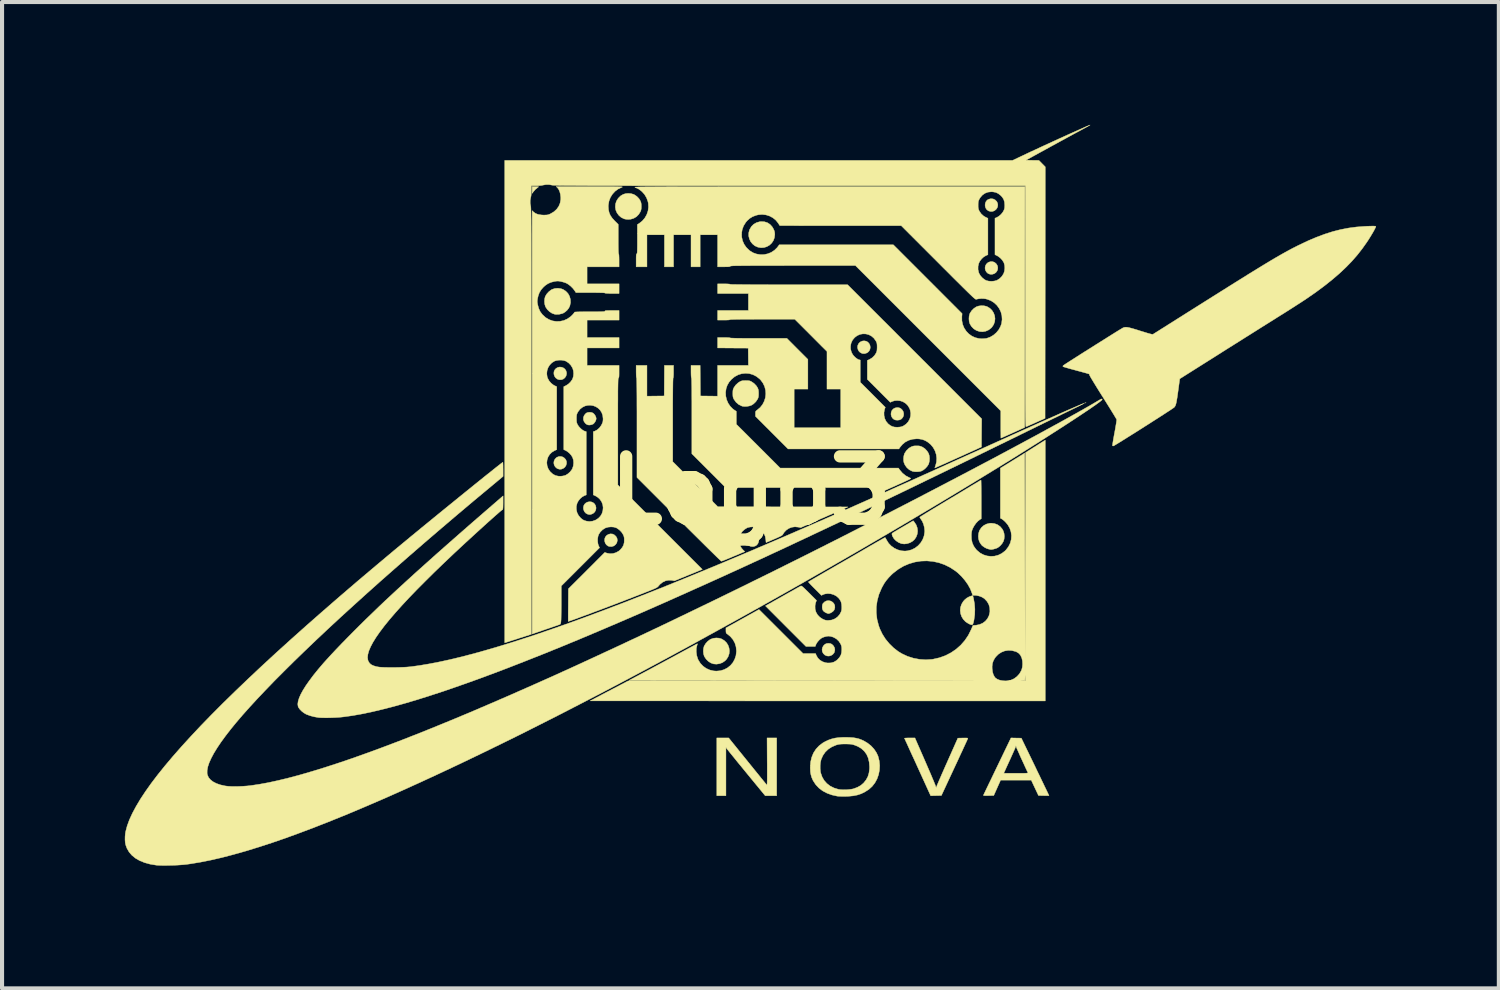
<source format=kicad_pcb>
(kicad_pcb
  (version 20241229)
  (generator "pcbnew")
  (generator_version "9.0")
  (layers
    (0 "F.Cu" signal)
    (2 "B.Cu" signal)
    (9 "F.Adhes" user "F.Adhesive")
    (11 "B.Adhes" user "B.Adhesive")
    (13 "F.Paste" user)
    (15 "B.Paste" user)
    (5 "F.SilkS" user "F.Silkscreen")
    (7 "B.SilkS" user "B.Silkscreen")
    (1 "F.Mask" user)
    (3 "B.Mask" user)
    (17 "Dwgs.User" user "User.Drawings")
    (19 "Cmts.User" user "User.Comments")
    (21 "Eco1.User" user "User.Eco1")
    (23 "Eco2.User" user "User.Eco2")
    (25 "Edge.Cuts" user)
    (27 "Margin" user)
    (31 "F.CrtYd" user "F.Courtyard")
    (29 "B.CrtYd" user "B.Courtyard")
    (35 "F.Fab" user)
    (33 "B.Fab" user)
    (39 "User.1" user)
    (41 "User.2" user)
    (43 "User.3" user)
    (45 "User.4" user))
  (footprint "Logo3"
    (layer "F.Cu")
    (at 15.298 8.936)
    (property "Reference" "Logo3" (at 0 0 0) (layer "F.SilkS") (effects (font (size 1.524 1.524) (thickness 0.3))))
    (attr through_hole)
    (fp_poly (pts (xy 8.169 -2.139) (xy 8.164 -2.134) (xy 8.158 -2.139) (xy 8.164 -2.144) (xy 8.169 -2.139)) (stroke (width 0.01) (type solid)) (fill yes) (layer "F.SilkS"))
    (fp_poly (pts (xy 8.189 -2.149) (xy 8.184 -2.144) (xy 8.179 -2.149) (xy 8.184 -2.154) (xy 8.189 -2.149)) (stroke (width 0.01) (type solid)) (fill yes) (layer "F.SilkS"))
    (fp_poly (pts (xy -5.22 -7.427) (xy -5.197 -7.426) (xy -5.189 -7.423) (xy -5.192 -7.417) (xy -5.202 -7.41) (xy -5.265 -7.359) (xy -5.315 -7.301) (xy -5.344 -7.261) (xy -5.344 -7.427) (xy -5.261 -7.427) (xy -5.22 -7.427)) (stroke (width 0.01) (type solid)) (fill yes) (layer "F.SilkS"))
    (fp_poly (pts (xy -4.627 -3.014) (xy -4.583 -2.998) (xy -4.546 -2.97) (xy -4.519 -2.932) (xy -4.505 -2.884) (xy -4.504 -2.852) (xy -4.517 -2.798) (xy -4.546 -2.755) (xy -4.585 -2.724) (xy -4.632 -2.707) (xy -4.683 -2.707) (xy -4.73 -2.723) (xy -4.771 -2.754) (xy -4.8 -2.797) (xy -4.814 -2.846) (xy -4.813 -2.897) (xy -4.796 -2.944) (xy -4.761 -2.984) (xy -4.719 -3.008) (xy -4.673 -3.018) (xy -4.627 -3.014)) (stroke (width 0.01) (type solid)) (fill yes) (layer "F.SilkS"))
    (fp_poly (pts (xy 0.092 1.068) (xy 0.116 1.08) (xy 0.156 1.113) (xy 0.181 1.155) (xy 0.192 1.203) (xy 0.188 1.252) (xy 0.171 1.297) (xy 0.139 1.335) (xy 0.108 1.355) (xy 0.055 1.37) (xy 0.000439 1.366) (xy -0.042 1.35) (xy -0.082 1.316) (xy -0.109 1.273) (xy -0.12 1.225) (xy -0.116 1.176) (xy -0.099 1.137) (xy -0.059 1.092) (xy -0.012 1.066) (xy 0.039 1.057) (xy 0.092 1.068)) (stroke (width 0.01) (type solid)) (fill yes) (layer "F.SilkS"))
    (fp_poly (pts (xy -4.597 -0.82) (xy -4.556 -0.793) (xy -4.524 -0.756) (xy -4.506 -0.711) (xy -4.504 -0.664) (xy -4.518 -0.612) (xy -4.547 -0.569) (xy -4.587 -0.539) (xy -4.633 -0.522) (xy -4.682 -0.521) (xy -4.731 -0.537) (xy -4.739 -0.542) (xy -4.78 -0.578) (xy -4.806 -0.622) (xy -4.816 -0.672) (xy -4.81 -0.721) (xy -4.788 -0.767) (xy -4.751 -0.805) (xy -4.74 -0.812) (xy -4.693 -0.831) (xy -4.643 -0.833) (xy -4.597 -0.82)) (stroke (width 0.01) (type solid)) (fill yes) (layer "F.SilkS"))
    (fp_poly (pts (xy -3.387 1.061) (xy -3.343 1.079) (xy -3.343 1.079) (xy -3.297 1.12) (xy -3.271 1.167) (xy -3.263 1.218) (xy -3.275 1.271) (xy -3.28 1.283) (xy -3.312 1.326) (xy -3.355 1.356) (xy -3.405 1.37) (xy -3.458 1.367) (xy -3.493 1.355) (xy -3.532 1.325) (xy -3.56 1.282) (xy -3.574 1.233) (xy -3.573 1.182) (xy -3.558 1.138) (xy -3.527 1.099) (xy -3.484 1.072) (xy -3.436 1.059) (xy -3.387 1.061)) (stroke (width 0.01) (type solid)) (fill yes) (layer "F.SilkS"))
    (fp_poly (pts (xy 1.939 3.738) (xy 1.976 3.754) (xy 1.978 3.755) (xy 2.02 3.797) (xy 2.045 3.845) (xy 2.052 3.897) (xy 2.04 3.95) (xy 2.034 3.963) (xy 2.001 4.004) (xy 1.957 4.032) (xy 1.907 4.045) (xy 1.855 4.041) (xy 1.807 4.019) (xy 1.768 3.981) (xy 1.745 3.936) (xy 1.739 3.886) (xy 1.749 3.836) (xy 1.776 3.789) (xy 1.812 3.755) (xy 1.848 3.739) (xy 1.893 3.733) (xy 1.939 3.738)) (stroke (width 0.01) (type solid)) (fill yes) (layer "F.SilkS"))
    (fp_poly (pts (xy 2.817 -3.649) (xy 2.858 -3.626) (xy 2.889 -3.591) (xy 2.909 -3.549) (xy 2.917 -3.503) (xy 2.911 -3.457) (xy 2.892 -3.414) (xy 2.858 -3.378) (xy 2.834 -3.363) (xy 2.781 -3.345) (xy 2.729 -3.347) (xy 2.698 -3.359) (xy 2.659 -3.383) (xy 2.634 -3.411) (xy 2.615 -3.45) (xy 2.605 -3.503) (xy 2.613 -3.552) (xy 2.636 -3.596) (xy 2.672 -3.63) (xy 2.72 -3.652) (xy 2.766 -3.658) (xy 2.817 -3.649)) (stroke (width 0.01) (type solid)) (fill yes) (layer "F.SilkS"))
    (fp_poly (pts (xy 5.91 -5.592) (xy 5.954 -5.575) (xy 5.991 -5.545) (xy 6.018 -5.506) (xy 6.032 -5.461) (xy 6.031 -5.411) (xy 6.016 -5.367) (xy 5.985 -5.325) (xy 5.942 -5.297) (xy 5.893 -5.283) (xy 5.843 -5.285) (xy 5.795 -5.303) (xy 5.791 -5.306) (xy 5.752 -5.344) (xy 5.729 -5.389) (xy 5.721 -5.438) (xy 5.729 -5.487) (xy 5.751 -5.531) (xy 5.789 -5.567) (xy 5.809 -5.579) (xy 5.86 -5.594) (xy 5.91 -5.592)) (stroke (width 0.01) (type solid)) (fill yes) (layer "F.SilkS"))
    (fp_poly (pts (xy -3.897 0.278) (xy -3.854 0.296) (xy -3.818 0.328) (xy -3.794 0.37) (xy -3.783 0.425) (xy -3.791 0.477) (xy -3.815 0.523) (xy -3.854 0.559) (xy -3.874 0.569) (xy -3.913 0.584) (xy -3.946 0.587) (xy -3.984 0.58) (xy -3.987 0.579) (xy -4.032 0.555) (xy -4.067 0.517) (xy -4.088 0.469) (xy -4.094 0.425) (xy -4.086 0.373) (xy -4.063 0.332) (xy -4.029 0.301) (xy -3.988 0.281) (xy -3.942 0.273) (xy -3.897 0.278)) (stroke (width 0.01) (type solid)) (fill yes) (layer "F.SilkS"))
    (fp_poly (pts (xy 3.621 -2.023) (xy 3.663 -2.003) (xy 3.696 -1.972) (xy 3.721 -1.933) (xy 3.733 -1.889) (xy 3.733 -1.843) (xy 3.718 -1.798) (xy 3.687 -1.757) (xy 3.67 -1.743) (xy 3.633 -1.726) (xy 3.587 -1.719) (xy 3.54 -1.722) (xy 3.501 -1.735) (xy 3.497 -1.737) (xy 3.457 -1.772) (xy 3.433 -1.816) (xy 3.423 -1.864) (xy 3.428 -1.912) (xy 3.446 -1.957) (xy 3.479 -1.994) (xy 3.52 -2.017) (xy 3.573 -2.028) (xy 3.621 -2.023)) (stroke (width 0.01) (type solid)) (fill yes) (layer "F.SilkS"))
    (fp_poly (pts (xy 5.917 -7.126) (xy 5.966 -7.103) (xy 6.005 -7.065) (xy 6.014 -7.051) (xy 6.032 -7.001) (xy 6.032 -6.952) (xy 6.017 -6.907) (xy 5.99 -6.869) (xy 5.953 -6.839) (xy 5.909 -6.821) (xy 5.86 -6.818) (xy 5.809 -6.832) (xy 5.804 -6.834) (xy 5.763 -6.864) (xy 5.736 -6.906) (xy 5.723 -6.954) (xy 5.724 -7.003) (xy 5.739 -7.051) (xy 5.768 -7.091) (xy 5.784 -7.104) (xy 5.813 -7.118) (xy 5.85 -7.128) (xy 5.863 -7.13) (xy 5.917 -7.126)) (stroke (width 0.01) (type solid)) (fill yes) (layer "F.SilkS"))
    (fp_poly (pts (xy -3.895 -1.908) (xy -3.86 -1.894) (xy -3.831 -1.869) (xy -3.804 -1.832) (xy -3.786 -1.791) (xy -3.78 -1.758) (xy -3.786 -1.723) (xy -3.804 -1.684) (xy -3.829 -1.649) (xy -3.854 -1.625) (xy -3.856 -1.624) (xy -3.903 -1.606) (xy -3.952 -1.6) (xy -3.987 -1.605) (xy -4.016 -1.619) (xy -4.041 -1.638) (xy -4.076 -1.683) (xy -4.093 -1.733) (xy -4.092 -1.785) (xy -4.074 -1.835) (xy -4.038 -1.879) (xy -4.022 -1.893) (xy -3.986 -1.908) (xy -3.941 -1.913) (xy -3.895 -1.908)) (stroke (width 0.01) (type solid)) (fill yes) (layer "F.SilkS"))
    (fp_poly (pts (xy 1.953 2.701) (xy 1.998 2.728) (xy 2.029 2.763) (xy 2.049 2.808) (xy 2.052 2.859) (xy 2.04 2.908) (xy 2.029 2.927) (xy 2.005 2.954) (xy 1.97 2.979) (xy 1.932 2.998) (xy 1.899 3.007) (xy 1.895 3.007) (xy 1.873 3.003) (xy 1.844 2.991) (xy 1.829 2.985) (xy 1.784 2.956) (xy 1.757 2.922) (xy 1.744 2.878) (xy 1.742 2.845) (xy 1.745 2.802) (xy 1.754 2.772) (xy 1.764 2.757) (xy 1.804 2.718) (xy 1.852 2.695) (xy 1.903 2.69) (xy 1.953 2.701)) (stroke (width 0.01) (type solid)) (fill yes) (layer "F.SilkS"))
    (fp_poly (pts (xy 5.44 2.637) (xy 5.463 2.763) (xy 5.473 2.897) (xy 5.469 3.033) (xy 5.451 3.163) (xy 5.44 3.214) (xy 5.429 3.251) (xy 5.417 3.273) (xy 5.399 3.281) (xy 5.373 3.277) (xy 5.334 3.26) (xy 5.316 3.251) (xy 5.246 3.206) (xy 5.191 3.148) (xy 5.15 3.082) (xy 5.125 3.009) (xy 5.115 2.933) (xy 5.122 2.856) (xy 5.146 2.782) (xy 5.187 2.712) (xy 5.222 2.672) (xy 5.275 2.627) (xy 5.335 2.594) (xy 5.391 2.575) (xy 5.422 2.569) (xy 5.44 2.637)) (stroke (width 0.01) (type solid)) (fill yes) (layer "F.SilkS"))
    (fp_poly (pts (xy 3.995 0.773) (xy 4.039 0.84) (xy 4.065 0.913) (xy 4.074 0.989) (xy 4.065 1.064) (xy 4.038 1.136) (xy 3.997 1.197) (xy 3.947 1.241) (xy 3.885 1.276) (xy 3.816 1.298) (xy 3.747 1.306) (xy 3.681 1.298) (xy 3.677 1.297) (xy 3.608 1.269) (xy 3.547 1.228) (xy 3.497 1.178) (xy 3.462 1.12) (xy 3.453 1.095) (xy 3.446 1.068) (xy 3.448 1.051) (xy 3.455 1.043) (xy 3.467 1.034) (xy 3.495 1.017) (xy 3.535 0.992) (xy 3.586 0.962) (xy 3.644 0.927) (xy 3.709 0.889) (xy 3.718 0.884) (xy 3.966 0.738) (xy 3.995 0.773)) (stroke (width 0.01) (type solid)) (fill yes) (layer "F.SilkS"))
    (fp_poly (pts (xy -0.778 3.607) (xy -0.72 3.624) (xy -0.651 3.665) (xy -0.597 3.717) (xy -0.558 3.779) (xy -0.534 3.847) (xy -0.525 3.918) (xy -0.532 3.99) (xy -0.556 4.059) (xy -0.596 4.123) (xy -0.633 4.161) (xy -0.695 4.204) (xy -0.766 4.231) (xy -0.843 4.242) (xy -0.913 4.236) (xy -0.978 4.213) (xy -1.039 4.174) (xy -1.093 4.121) (xy -1.134 4.06) (xy -1.141 4.045) (xy -1.157 3.991) (xy -1.163 3.927) (xy -1.159 3.863) (xy -1.144 3.806) (xy -1.141 3.798) (xy -1.104 3.738) (xy -1.054 3.683) (xy -0.996 3.64) (xy -0.978 3.631) (xy -0.916 3.61) (xy -0.847 3.602) (xy -0.778 3.607)) (stroke (width 0.01) (type solid)) (fill yes) (layer "F.SilkS"))
    (fp_poly (pts (xy 0.331 -6.567) (xy 0.404 -6.544) (xy 0.467 -6.503) (xy 0.52 -6.445) (xy 0.55 -6.394) (xy 0.569 -6.352) (xy 0.579 -6.317) (xy 0.583 -6.279) (xy 0.584 -6.253) (xy 0.574 -6.176) (xy 0.548 -6.106) (xy 0.507 -6.046) (xy 0.454 -5.996) (xy 0.391 -5.96) (xy 0.322 -5.938) (xy 0.247 -5.933) (xy 0.17 -5.947) (xy 0.167 -5.948) (xy 0.098 -5.979) (xy 0.04 -6.026) (xy -0.006 -6.083) (xy -0.037 -6.15) (xy -0.054 -6.221) (xy -0.053 -6.295) (xy -0.035 -6.367) (xy -0.028 -6.382) (xy 0.014 -6.453) (xy 0.07 -6.508) (xy 0.137 -6.546) (xy 0.213 -6.568) (xy 0.249 -6.572) (xy 0.331 -6.567)) (stroke (width 0.01) (type solid)) (fill yes) (layer "F.SilkS"))
    (fp_poly (pts (xy 5.697 -4.514) (xy 5.757 -4.5) (xy 5.772 -4.494) (xy 5.84 -4.453) (xy 5.893 -4.4) (xy 5.932 -4.338) (xy 5.956 -4.27) (xy 5.965 -4.199) (xy 5.957 -4.127) (xy 5.933 -4.058) (xy 5.891 -3.994) (xy 5.872 -3.973) (xy 5.81 -3.925) (xy 5.74 -3.894) (xy 5.665 -3.88) (xy 5.589 -3.885) (xy 5.515 -3.909) (xy 5.512 -3.91) (xy 5.445 -3.952) (xy 5.39 -4.009) (xy 5.351 -4.073) (xy 5.334 -4.129) (xy 5.328 -4.193) (xy 5.332 -4.259) (xy 5.347 -4.318) (xy 5.354 -4.333) (xy 5.395 -4.396) (xy 5.449 -4.45) (xy 5.512 -4.491) (xy 5.567 -4.509) (xy 5.632 -4.517) (xy 5.697 -4.514)) (stroke (width 0.01) (type solid)) (fill yes) (layer "F.SilkS"))
    (fp_poly (pts (xy -4.643 -4.933) (xy -4.589 -4.914) (xy -4.522 -4.87) (xy -4.469 -4.814) (xy -4.432 -4.748) (xy -4.411 -4.674) (xy -4.407 -4.596) (xy -4.423 -4.517) (xy -4.425 -4.511) (xy -4.45 -4.459) (xy -4.489 -4.408) (xy -4.537 -4.365) (xy -4.588 -4.333) (xy -4.608 -4.325) (xy -4.688 -4.306) (xy -4.763 -4.304) (xy -4.794 -4.308) (xy -4.859 -4.331) (xy -4.92 -4.371) (xy -4.974 -4.423) (xy -5.015 -4.484) (xy -5.022 -4.5) (xy -5.038 -4.554) (xy -5.044 -4.618) (xy -5.04 -4.682) (xy -5.026 -4.738) (xy -5.022 -4.747) (xy -4.985 -4.807) (xy -4.935 -4.861) (xy -4.877 -4.905) (xy -4.859 -4.914) (xy -4.79 -4.937) (xy -4.716 -4.943) (xy -4.643 -4.933)) (stroke (width 0.01) (type solid)) (fill yes) (layer "F.SilkS"))
    (fp_poly (pts (xy -2.924 -7.254) (xy -2.861 -7.235) (xy -2.853 -7.231) (xy -2.788 -7.188) (xy -2.733 -7.13) (xy -2.699 -7.073) (xy -2.686 -7.037) (xy -2.679 -6.997) (xy -2.677 -6.944) (xy -2.679 -6.892) (xy -2.686 -6.851) (xy -2.699 -6.816) (xy -2.741 -6.748) (xy -2.796 -6.692) (xy -2.861 -6.653) (xy -2.934 -6.63) (xy -2.992 -6.625) (xy -3.035 -6.627) (xy -3.075 -6.633) (xy -3.101 -6.64) (xy -3.171 -6.675) (xy -3.228 -6.725) (xy -3.272 -6.785) (xy -3.301 -6.852) (xy -3.313 -6.925) (xy -3.308 -7) (xy -3.285 -7.073) (xy -3.283 -7.076) (xy -3.241 -7.143) (xy -3.184 -7.199) (xy -3.12 -7.237) (xy -3.061 -7.255) (xy -2.993 -7.261) (xy -2.924 -7.254)) (stroke (width 0.01) (type solid)) (fill yes) (layer "F.SilkS"))
    (fp_poly (pts (xy 4.095 -1.091) (xy 4.13 -1.086) (xy 4.162 -1.075) (xy 4.188 -1.064) (xy 4.253 -1.021) (xy 4.307 -0.963) (xy 4.342 -0.905) (xy 4.359 -0.85) (xy 4.365 -0.785) (xy 4.361 -0.719) (xy 4.347 -0.659) (xy 4.336 -0.634) (xy 4.303 -0.585) (xy 4.26 -0.539) (xy 4.211 -0.5) (xy 4.163 -0.475) (xy 4.159 -0.473) (xy 4.111 -0.463) (xy 4.054 -0.459) (xy 3.997 -0.461) (xy 3.949 -0.47) (xy 3.94 -0.473) (xy 3.87 -0.508) (xy 3.811 -0.56) (xy 3.765 -0.624) (xy 3.739 -0.685) (xy 3.731 -0.731) (xy 3.73 -0.788) (xy 3.737 -0.845) (xy 3.751 -0.896) (xy 3.758 -0.912) (xy 3.804 -0.98) (xy 3.862 -1.035) (xy 3.91 -1.064) (xy 3.945 -1.079) (xy 3.977 -1.088) (xy 4.014 -1.092) (xy 4.049 -1.092) (xy 4.095 -1.091)) (stroke (width 0.01) (type solid)) (fill yes) (layer "F.SilkS"))
    (fp_poly (pts (xy 5.954 0.808) (xy 6.027 0.835) (xy 6.09 0.88) (xy 6.141 0.94) (xy 6.166 0.985) (xy 6.186 1.047) (xy 6.193 1.116) (xy 6.187 1.185) (xy 6.17 1.241) (xy 6.137 1.297) (xy 6.092 1.349) (xy 6.041 1.39) (xy 6.031 1.397) (xy 6.004 1.409) (xy 5.968 1.421) (xy 5.929 1.432) (xy 5.893 1.439) (xy 5.867 1.442) (xy 5.863 1.442) (xy 5.85 1.439) (xy 5.825 1.434) (xy 5.814 1.432) (xy 5.76 1.415) (xy 5.705 1.386) (xy 5.657 1.352) (xy 5.637 1.332) (xy 5.614 1.301) (xy 5.591 1.263) (xy 5.58 1.242) (xy 5.563 1.183) (xy 5.557 1.116) (xy 5.564 1.047) (xy 5.582 0.986) (xy 5.588 0.972) (xy 5.632 0.906) (xy 5.69 0.854) (xy 5.758 0.819) (xy 5.835 0.8) (xy 5.872 0.798) (xy 5.954 0.808)) (stroke (width 0.01) (type solid)) (fill yes) (layer "F.SilkS"))
    (fp_poly (pts (xy -0.082 6.615) (xy -0.006 6.709) (xy 0.066 6.798) (xy 0.134 6.882) (xy 0.196 6.958) (xy 0.251 7.027) (xy 0.299 7.085) (xy 0.338 7.133) (xy 0.367 7.169) (xy 0.385 7.192) (xy 0.391 7.199) (xy 0.393 7.195) (xy 0.395 7.176) (xy 0.397 7.141) (xy 0.398 7.089) (xy 0.399 7.02) (xy 0.399 6.933) (xy 0.399 6.827) (xy 0.399 6.701) (xy 0.398 6.63) (xy 0.395 6.045) (xy 0.63 6.045) (xy 0.63 7.457) (xy 0.35 7.457) (xy -0.102 6.907) (xy -0.178 6.814) (xy -0.251 6.725) (xy -0.319 6.642) (xy -0.382 6.564) (xy -0.438 6.495) (xy -0.487 6.435) (xy -0.527 6.385) (xy -0.557 6.347) (xy -0.576 6.323) (xy -0.582 6.315) (xy -0.61 6.274) (xy -0.61 7.457) (xy -0.833 7.457) (xy -0.833 6.045) (xy -0.543 6.045) (xy -0.082 6.615)) (stroke (width 0.01) (type solid)) (fill yes) (layer "F.SilkS"))
    (fp_poly (pts (xy -0.079 -2.686) (xy -0.044 -2.683) (xy -0.016 -2.675) (xy 0.01 -2.663) (xy 0.076 -2.618) (xy 0.132 -2.56) (xy 0.161 -2.515) (xy 0.174 -2.486) (xy 0.182 -2.46) (xy 0.186 -2.429) (xy 0.188 -2.385) (xy 0.188 -2.372) (xy 0.187 -2.324) (xy 0.183 -2.289) (xy 0.176 -2.262) (xy 0.164 -2.235) (xy 0.12 -2.17) (xy 0.062 -2.115) (xy 0.015 -2.085) (xy -0.033 -2.068) (xy -0.091 -2.057) (xy -0.15 -2.054) (xy -0.203 -2.059) (xy -0.225 -2.066) (xy -0.301 -2.104) (xy -0.363 -2.158) (xy -0.414 -2.229) (xy -0.419 -2.238) (xy -0.431 -2.264) (xy -0.438 -2.292) (xy -0.441 -2.327) (xy -0.442 -2.372) (xy -0.441 -2.42) (xy -0.438 -2.453) (xy -0.431 -2.48) (xy -0.419 -2.507) (xy -0.415 -2.515) (xy -0.37 -2.579) (xy -0.31 -2.634) (xy -0.264 -2.663) (xy -0.237 -2.675) (xy -0.21 -2.683) (xy -0.174 -2.686) (xy -0.127 -2.687) (xy -0.079 -2.686)) (stroke (width 0.01) (type solid)) (fill yes) (layer "F.SilkS"))
    (fp_poly (pts (xy 4.008 6.045) (xy 4.247 6.591) (xy 4.291 6.693) (xy 4.333 6.79) (xy 4.373 6.882) (xy 4.409 6.966) (xy 4.44 7.041) (xy 4.467 7.104) (xy 4.487 7.154) (xy 4.501 7.188) (xy 4.507 7.203) (xy 4.518 7.238) (xy 4.526 7.254) (xy 4.53 7.256) (xy 4.534 7.245) (xy 4.536 7.238) (xy 4.541 7.223) (xy 4.554 7.191) (xy 4.574 7.144) (xy 4.599 7.084) (xy 4.631 7.012) (xy 4.666 6.93) (xy 4.706 6.84) (xy 4.749 6.742) (xy 4.795 6.64) (xy 4.8 6.628) (xy 5.057 6.05) (xy 5.181 6.047) (xy 5.233 6.046) (xy 5.268 6.047) (xy 5.288 6.048) (xy 5.298 6.052) (xy 5.3 6.058) (xy 5.299 6.063) (xy 5.294 6.075) (xy 5.281 6.104) (xy 5.261 6.148) (xy 5.234 6.206) (xy 5.201 6.277) (xy 5.164 6.359) (xy 5.121 6.45) (xy 5.075 6.55) (xy 5.026 6.656) (xy 4.974 6.767) (xy 4.655 7.452) (xy 4.524 7.455) (xy 4.393 7.458) (xy 4.075 6.759) (xy 4.024 6.647) (xy 3.975 6.54) (xy 3.929 6.441) (xy 3.887 6.349) (xy 3.85 6.267) (xy 3.818 6.196) (xy 3.791 6.138) (xy 3.771 6.094) (xy 3.758 6.065) (xy 3.752 6.053) (xy 3.752 6.053) (xy 3.76 6.05) (xy 3.784 6.048) (xy 3.822 6.046) (xy 3.869 6.045) (xy 3.878 6.045) (xy 4.008 6.045)) (stroke (width 0.01) (type solid)) (fill yes) (layer "F.SilkS"))
    (fp_poly (pts (xy 6.482 6.048) (xy 6.608 6.05) (xy 6.947 6.75) (xy 7 6.862) (xy 7.052 6.968) (xy 7.099 7.067) (xy 7.143 7.158) (xy 7.182 7.24) (xy 7.216 7.31) (xy 7.244 7.368) (xy 7.265 7.413) (xy 7.279 7.442) (xy 7.285 7.454) (xy 7.285 7.454) (xy 7.275 7.455) (xy 7.249 7.456) (xy 7.21 7.456) (xy 7.163 7.455) (xy 7.156 7.455) (xy 7.027 7.452) (xy 6.938 7.264) (xy 6.85 7.076) (xy 6.102 7.076) (xy 6.018 7.264) (xy 5.934 7.452) (xy 5.806 7.455) (xy 5.748 7.456) (xy 5.709 7.455) (xy 5.687 7.452) (xy 5.681 7.447) (xy 5.681 7.447) (xy 5.686 7.436) (xy 5.699 7.408) (xy 5.72 7.365) (xy 5.747 7.308) (xy 5.78 7.239) (xy 5.819 7.158) (xy 5.863 7.068) (xy 5.91 6.969) (xy 5.939 6.909) (xy 6.178 6.909) (xy 6.478 6.909) (xy 6.563 6.909) (xy 6.631 6.908) (xy 6.683 6.908) (xy 6.72 6.907) (xy 6.745 6.905) (xy 6.761 6.903) (xy 6.768 6.9) (xy 6.77 6.895) (xy 6.768 6.891) (xy 6.756 6.868) (xy 6.738 6.83) (xy 6.715 6.781) (xy 6.688 6.722) (xy 6.659 6.658) (xy 6.628 6.591) (xy 6.597 6.524) (xy 6.568 6.459) (xy 6.542 6.399) (xy 6.519 6.348) (xy 6.501 6.308) (xy 6.49 6.282) (xy 6.487 6.274) (xy 6.475 6.233) (xy 6.467 6.264) (xy 6.463 6.275) (xy 6.456 6.294) (xy 6.444 6.322) (xy 6.427 6.36) (xy 6.405 6.41) (xy 6.377 6.472) (xy 6.343 6.548) (xy 6.301 6.639) (xy 6.252 6.746) (xy 6.212 6.835) (xy 6.178 6.909) (xy 5.939 6.909) (xy 5.961 6.863) (xy 6.014 6.753) (xy 6.02 6.74) (xy 6.355 6.045) (xy 6.482 6.048)) (stroke (width 0.01) (type solid)) (fill yes) (layer "F.SilkS"))
    (fp_poly (pts (xy 2.416 6.033) (xy 2.501 6.039) (xy 2.574 6.051) (xy 2.642 6.068) (xy 2.708 6.093) (xy 2.76 6.117) (xy 2.852 6.172) (xy 2.936 6.239) (xy 3.008 6.317) (xy 3.065 6.401) (xy 3.106 6.488) (xy 3.107 6.492) (xy 3.136 6.605) (xy 3.147 6.719) (xy 3.141 6.833) (xy 3.119 6.943) (xy 3.082 7.047) (xy 3.03 7.143) (xy 2.964 7.228) (xy 2.885 7.3) (xy 2.872 7.309) (xy 2.784 7.365) (xy 2.694 7.409) (xy 2.6 7.44) (xy 2.498 7.46) (xy 2.382 7.471) (xy 2.327 7.473) (xy 2.266 7.474) (xy 2.208 7.473) (xy 2.157 7.471) (xy 2.119 7.468) (xy 2.109 7.467) (xy 1.979 7.438) (xy 1.86 7.395) (xy 1.754 7.339) (xy 1.662 7.269) (xy 1.585 7.187) (xy 1.524 7.094) (xy 1.514 7.076) (xy 1.485 7.009) (xy 1.466 6.942) (xy 1.454 6.871) (xy 1.451 6.797) (xy 1.693 6.797) (xy 1.7 6.87) (xy 1.706 6.899) (xy 1.74 6.997) (xy 1.79 7.084) (xy 1.856 7.158) (xy 1.936 7.22) (xy 2.032 7.268) (xy 2.139 7.301) (xy 2.195 7.309) (xy 2.263 7.312) (xy 2.338 7.311) (xy 2.412 7.304) (xy 2.478 7.294) (xy 2.515 7.285) (xy 2.608 7.249) (xy 2.686 7.205) (xy 2.751 7.149) (xy 2.757 7.143) (xy 2.815 7.07) (xy 2.858 6.991) (xy 2.885 6.902) (xy 2.898 6.802) (xy 2.899 6.751) (xy 2.89 6.637) (xy 2.866 6.534) (xy 2.826 6.444) (xy 2.769 6.367) (xy 2.697 6.302) (xy 2.61 6.251) (xy 2.535 6.221) (xy 2.5 6.21) (xy 2.469 6.202) (xy 2.437 6.198) (xy 2.398 6.195) (xy 2.348 6.194) (xy 2.306 6.194) (xy 2.246 6.194) (xy 2.2 6.196) (xy 2.164 6.199) (xy 2.133 6.205) (xy 2.101 6.213) (xy 2.078 6.221) (xy 1.977 6.264) (xy 1.889 6.321) (xy 1.816 6.392) (xy 1.759 6.475) (xy 1.717 6.569) (xy 1.715 6.578) (xy 1.7 6.643) (xy 1.693 6.719) (xy 1.693 6.797) (xy 1.451 6.797) (xy 1.45 6.788) (xy 1.45 6.761) (xy 1.459 6.634) (xy 1.486 6.518) (xy 1.529 6.413) (xy 1.589 6.32) (xy 1.666 6.237) (xy 1.758 6.167) (xy 1.818 6.133) (xy 1.897 6.096) (xy 1.974 6.069) (xy 2.056 6.049) (xy 2.145 6.037) (xy 2.247 6.031) (xy 2.316 6.03) (xy 2.416 6.033)) (stroke (width 0.01) (type solid)) (fill yes) (layer "F.SilkS"))
    (fp_poly (pts (xy -2.54 -2.306) (xy -2.118 -2.311) (xy -2.113 -3.058) (xy -1.89 -3.058) (xy -1.89 -2.906) (xy -1.89 -2.847) (xy -1.892 -2.799) (xy -1.895 -2.766) (xy -1.899 -2.749) (xy -1.9 -2.748) (xy -1.902 -2.737) (xy -1.903 -2.705) (xy -1.905 -2.654) (xy -1.906 -2.583) (xy -1.907 -2.492) (xy -1.908 -2.382) (xy -1.909 -2.253) (xy -1.91 -2.105) (xy -1.91 -1.938) (xy -1.91 -1.752) (xy -1.91 -1.724) (xy -1.91 -0.706) (xy -1.359 -0.155) (xy -0.808 0.396) (xy 0.782 0.399) (xy 2.371 0.401) (xy 2.275 0.443) (xy 2.247 0.455) (xy 2.202 0.475) (xy 2.143 0.5) (xy 2.073 0.531) (xy 1.992 0.567) (xy 1.904 0.605) (xy 1.811 0.646) (xy 1.714 0.688) (xy 1.698 0.695) (xy 1.217 0.906) (xy 1.157 0.894) (xy 1.077 0.886) (xy 0.999 0.897) (xy 0.926 0.925) (xy 0.862 0.969) (xy 0.809 1.026) (xy 0.787 1.062) (xy 0.779 1.075) (xy 0.77 1.087) (xy 0.755 1.098) (xy 0.733 1.111) (xy 0.701 1.127) (xy 0.657 1.147) (xy 0.597 1.174) (xy 0.571 1.185) (xy 0.512 1.21) (xy 0.461 1.233) (xy 0.418 1.251) (xy 0.388 1.263) (xy 0.373 1.27) (xy 0.371 1.27) (xy 0.369 1.261) (xy 0.367 1.236) (xy 0.364 1.202) (xy 0.364 1.201) (xy 0.35 1.12) (xy 0.317 1.046) (xy 0.269 0.983) (xy 0.206 0.933) (xy 0.173 0.916) (xy 0.113 0.896) (xy 0.045 0.888) (xy -0.023 0.892) (xy -0.084 0.907) (xy -0.093 0.911) (xy -0.154 0.949) (xy -0.21 1) (xy -0.253 1.06) (xy -0.261 1.076) (xy -0.277 1.11) (xy -0.285 1.142) (xy -0.289 1.179) (xy -0.289 1.214) (xy -0.283 1.288) (xy -0.264 1.35) (xy -0.229 1.407) (xy -0.196 1.445) (xy -0.15 1.492) (xy -0.184 1.507) (xy -0.203 1.514) (xy -0.237 1.529) (xy -0.284 1.549) (xy -0.341 1.573) (xy -0.406 1.6) (xy -0.463 1.624) (xy -0.529 1.652) (xy -0.59 1.677) (xy -0.642 1.698) (xy -0.683 1.714) (xy -0.711 1.724) (xy -0.722 1.727) (xy -0.731 1.72) (xy -0.753 1.699) (xy -0.788 1.666) (xy -0.835 1.621) (xy -0.893 1.564) (xy -0.961 1.497) (xy -1.039 1.421) (xy -1.125 1.336) (xy -1.219 1.242) (xy -1.32 1.142) (xy -1.427 1.036) (xy -1.54 0.924) (xy -1.657 0.807) (xy -1.76 0.704) (xy -2.784 -0.32) (xy -2.784 -1.537) (xy -2.784 -1.746) (xy -2.784 -1.935) (xy -2.785 -2.105) (xy -2.785 -2.256) (xy -2.786 -2.387) (xy -2.787 -2.498) (xy -2.788 -2.589) (xy -2.789 -2.66) (xy -2.791 -2.711) (xy -2.792 -2.743) (xy -2.794 -2.753) (xy -2.794 -2.753) (xy -2.798 -2.763) (xy -2.801 -2.792) (xy -2.803 -2.837) (xy -2.804 -2.897) (xy -2.804 -2.906) (xy -2.804 -3.058) (xy -2.54 -3.058) (xy -2.54 -2.306)) (stroke (width 0.01) (type solid)) (fill yes) (layer "F.SilkS"))
    (fp_poly (pts (xy 8.28 -8.926) (xy 8.258 -8.913) (xy 8.221 -8.893) (xy 8.173 -8.866) (xy 8.115 -8.834) (xy 8.049 -8.798) (xy 8.003 -8.773) (xy 7.927 -8.733) (xy 7.848 -8.69) (xy 7.762 -8.643) (xy 7.669 -8.592) (xy 7.567 -8.537) (xy 7.455 -8.475) (xy 7.331 -8.408) (xy 7.194 -8.332) (xy 7.042 -8.249) (xy 6.875 -8.157) (xy 6.843 -8.139) (xy 6.721 -8.072) (xy 6.879 -8.069) (xy 7.037 -8.067) (xy 7.115 -7.988) (xy 7.193 -7.909) (xy 7.191 -4.837) (xy 7.188 -1.765) (xy 6.965 -1.665) (xy 6.902 -1.636) (xy 6.844 -1.611) (xy 6.794 -1.589) (xy 6.756 -1.572) (xy 6.731 -1.562) (xy 6.724 -1.559) (xy 6.722 -1.559) (xy 6.72 -1.56) (xy 6.719 -1.564) (xy 6.717 -1.571) (xy 6.716 -1.582) (xy 6.715 -1.597) (xy 6.714 -1.617) (xy 6.713 -1.642) (xy 6.712 -1.674) (xy 6.711 -1.713) (xy 6.71 -1.76) (xy 6.709 -1.816) (xy 6.709 -1.88) (xy 6.708 -1.955) (xy 6.708 -2.04) (xy 6.707 -2.136) (xy 6.707 -2.244) (xy 6.707 -2.364) (xy 6.706 -2.498) (xy 6.706 -2.646) (xy 6.706 -2.808) (xy 6.706 -2.986) (xy 6.706 -3.18) (xy 6.706 -3.39) (xy 6.706 -3.618) (xy 6.706 -3.864) (xy 6.706 -4.129) (xy 6.706 -4.413) (xy 6.706 -7.447) (xy 0.947 -7.447) (xy 0.534 -7.447) (xy 0.141 -7.447) (xy -0.233 -7.447) (xy -0.588 -7.447) (xy -0.924 -7.448) (xy -1.243 -7.448) (xy -1.544 -7.448) (xy -1.828 -7.448) (xy -2.096 -7.448) (xy -2.348 -7.448) (xy -2.584 -7.448) (xy -2.806 -7.448) (xy -3.013 -7.449) (xy -3.205 -7.449) (xy -3.384 -7.449) (xy -3.55 -7.449) (xy -3.704 -7.45) (xy -3.845 -7.45) (xy -3.975 -7.45) (xy -4.093 -7.451) (xy -4.201 -7.451) (xy -4.298 -7.452) (xy -4.386 -7.452) (xy -4.465 -7.453) (xy -4.534 -7.453) (xy -4.596 -7.454) (xy -4.65 -7.455) (xy -4.696 -7.455) (xy -4.735 -7.456) (xy -4.769 -7.457) (xy -4.796 -7.458) (xy -4.818 -7.459) (xy -4.835 -7.46) (xy -4.847 -7.461) (xy -4.856 -7.462) (xy -4.861 -7.463) (xy -4.932 -7.476) (xy -5.01 -7.475) (xy -5.08 -7.463) (xy -5.12 -7.455) (xy -5.174 -7.45) (xy -5.236 -7.447) (xy -5.25 -7.447) (xy -5.364 -7.447) (xy -5.365 -7.328) (xy -5.366 -7.256) (xy -5.372 -7.198) (xy -5.38 -7.159) (xy -5.393 -7.089) (xy -5.393 -7.015) (xy -5.38 -6.945) (xy -5.38 -6.943) (xy -5.379 -6.938) (xy -5.378 -6.929) (xy -5.377 -6.916) (xy -5.376 -6.898) (xy -5.375 -6.876) (xy -5.374 -6.848) (xy -5.373 -6.814) (xy -5.372 -6.773) (xy -5.372 -6.725) (xy -5.371 -6.67) (xy -5.37 -6.606) (xy -5.37 -6.534) (xy -5.369 -6.453) (xy -5.369 -6.362) (xy -5.368 -6.261) (xy -5.368 -6.15) (xy -5.367 -6.027) (xy -5.367 -5.893) (xy -5.367 -5.746) (xy -5.366 -5.587) (xy -5.366 -5.415) (xy -5.366 -5.229) (xy -5.366 -5.029) (xy -5.365 -4.814) (xy -5.365 -4.584) (xy -5.365 -4.339) (xy -5.365 -4.077) (xy -5.365 -3.799) (xy -5.365 -3.503) (xy -5.365 -3.19) (xy -5.365 -2.858) (xy -5.365 -2.508) (xy -5.365 -2.138) (xy -5.365 -1.749) (xy -5.365 -1.691) (xy -5.364 3.512) (xy -5.667 3.609) (xy -5.742 3.634) (xy -5.812 3.656) (xy -5.875 3.676) (xy -5.926 3.693) (xy -5.965 3.705) (xy -5.987 3.712) (xy -5.992 3.713) (xy -6.015 3.72) (xy -6.015 -8.067) (xy 6.394 -8.067) (xy 6.644 -8.185) (xy 6.736 -8.229) (xy 6.836 -8.276) (xy 6.943 -8.325) (xy 7.054 -8.377) (xy 7.169 -8.43) (xy 7.285 -8.483) (xy 7.402 -8.537) (xy 7.518 -8.59) (xy 7.631 -8.641) (xy 7.74 -8.691) (xy 7.843 -8.737) (xy 7.94 -8.78) (xy 8.027 -8.819) (xy 8.105 -8.854) (xy 8.17 -8.883) (xy 8.223 -8.905) (xy 8.261 -8.921) (xy 8.283 -8.93) (xy 8.287 -8.931) (xy 8.28 -8.926)) (stroke (width 0.01) (type solid)) (fill yes) (layer "F.SilkS"))
    (fp_poly (pts (xy 15.232 -6.461) (xy 15.254 -6.46) (xy 15.266 -6.457) (xy 15.27 -6.452) (xy 15.27 -6.45) (xy 15.265 -6.433) (xy 15.25 -6.402) (xy 15.228 -6.359) (xy 15.199 -6.307) (xy 15.165 -6.25) (xy 15.128 -6.189) (xy 15.09 -6.128) (xy 15.052 -6.071) (xy 14.939 -5.911) (xy 14.817 -5.755) (xy 14.684 -5.603) (xy 14.538 -5.453) (xy 14.38 -5.304) (xy 14.206 -5.155) (xy 14.018 -5.005) (xy 13.812 -4.852) (xy 13.588 -4.696) (xy 13.525 -4.654) (xy 13.478 -4.623) (xy 13.417 -4.583) (xy 13.343 -4.536) (xy 13.261 -4.483) (xy 13.173 -4.427) (xy 13.082 -4.369) (xy 12.99 -4.311) (xy 12.933 -4.276) (xy 12.869 -4.236) (xy 12.789 -4.185) (xy 12.695 -4.126) (xy 12.589 -4.06) (xy 12.473 -3.987) (xy 12.348 -3.908) (xy 12.216 -3.825) (xy 12.079 -3.739) (xy 11.938 -3.65) (xy 11.796 -3.561) (xy 11.653 -3.471) (xy 11.512 -3.382) (xy 11.5 -3.374) (xy 10.479 -2.73) (xy 10.441 -2.45) (xy 10.427 -2.352) (xy 10.416 -2.273) (xy 10.405 -2.209) (xy 10.396 -2.159) (xy 10.387 -2.12) (xy 10.378 -2.09) (xy 10.368 -2.067) (xy 10.357 -2.049) (xy 10.346 -2.035) (xy 10.334 -2.025) (xy 10.306 -2.006) (xy 10.265 -1.978) (xy 10.21 -1.942) (xy 10.145 -1.9) (xy 10.07 -1.851) (xy 9.988 -1.798) (xy 9.899 -1.741) (xy 9.805 -1.681) (xy 9.708 -1.619) (xy 9.61 -1.557) (xy 9.511 -1.494) (xy 9.414 -1.432) (xy 9.319 -1.373) (xy 9.23 -1.317) (xy 9.146 -1.264) (xy 9.07 -1.217) (xy 9.003 -1.175) (xy 8.947 -1.141) (xy 8.903 -1.115) (xy 8.874 -1.097) (xy 8.859 -1.09) (xy 8.859 -1.09) (xy 8.841 -1.091) (xy 8.835 -1.095) (xy 8.836 -1.108) (xy 8.839 -1.137) (xy 8.846 -1.182) (xy 8.855 -1.238) (xy 8.867 -1.305) (xy 8.88 -1.379) (xy 8.886 -1.409) (xy 8.9 -1.485) (xy 8.912 -1.556) (xy 8.923 -1.619) (xy 8.931 -1.671) (xy 8.936 -1.709) (xy 8.938 -1.73) (xy 8.938 -1.733) (xy 8.932 -1.746) (xy 8.916 -1.773) (xy 8.891 -1.815) (xy 8.858 -1.87) (xy 8.818 -1.935) (xy 8.772 -2.01) (xy 8.72 -2.093) (xy 8.664 -2.183) (xy 8.605 -2.277) (xy 8.596 -2.291) (xy 8.519 -2.413) (xy 8.453 -2.519) (xy 8.398 -2.609) (xy 8.353 -2.683) (xy 8.318 -2.741) (xy 8.292 -2.786) (xy 8.277 -2.815) (xy 8.27 -2.832) (xy 8.27 -2.835) (xy 8.274 -2.838) (xy 8.275 -2.84) (xy 8.27 -2.844) (xy 8.259 -2.849) (xy 8.239 -2.855) (xy 8.21 -2.864) (xy 8.168 -2.876) (xy 8.112 -2.891) (xy 8.04 -2.911) (xy 7.952 -2.934) (xy 7.925 -2.942) (xy 7.851 -2.962) (xy 7.784 -2.98) (xy 7.725 -2.997) (xy 7.678 -3.011) (xy 7.644 -3.021) (xy 7.627 -3.027) (xy 7.626 -3.028) (xy 7.624 -3.042) (xy 7.63 -3.052) (xy 7.64 -3.06) (xy 7.667 -3.078) (xy 7.707 -3.105) (xy 7.76 -3.139) (xy 7.824 -3.18) (xy 7.898 -3.227) (xy 7.979 -3.279) (xy 8.067 -3.335) (xy 8.16 -3.394) (xy 8.256 -3.454) (xy 8.354 -3.516) (xy 8.452 -3.578) (xy 8.548 -3.638) (xy 8.642 -3.697) (xy 8.731 -3.753) (xy 8.814 -3.805) (xy 8.889 -3.852) (xy 8.955 -3.893) (xy 9.011 -3.927) (xy 9.054 -3.953) (xy 9.084 -3.971) (xy 9.098 -3.978) (xy 9.12 -3.986) (xy 9.142 -3.99) (xy 9.168 -3.991) (xy 9.2 -3.988) (xy 9.239 -3.981) (xy 9.289 -3.968) (xy 9.351 -3.951) (xy 9.428 -3.928) (xy 9.515 -3.9) (xy 9.607 -3.872) (xy 9.681 -3.849) (xy 9.738 -3.833) (xy 9.78 -3.822) (xy 9.808 -3.817) (xy 9.822 -3.817) (xy 9.824 -3.818) (xy 9.835 -3.824) (xy 9.861 -3.841) (xy 9.903 -3.867) (xy 9.959 -3.902) (xy 10.028 -3.946) (xy 10.11 -3.997) (xy 10.202 -4.056) (xy 10.306 -4.121) (xy 10.418 -4.192) (xy 10.539 -4.268) (xy 10.667 -4.349) (xy 10.802 -4.434) (xy 10.942 -4.522) (xy 11.064 -4.599) (xy 11.283 -4.737) (xy 11.485 -4.864) (xy 11.673 -4.982) (xy 11.845 -5.09) (xy 12.005 -5.189) (xy 12.151 -5.281) (xy 12.286 -5.364) (xy 12.41 -5.44) (xy 12.524 -5.51) (xy 12.629 -5.573) (xy 12.725 -5.631) (xy 12.815 -5.684) (xy 12.898 -5.732) (xy 12.975 -5.776) (xy 13.048 -5.817) (xy 13.117 -5.855) (xy 13.184 -5.891) (xy 13.248 -5.925) (xy 13.312 -5.957) (xy 13.375 -5.989) (xy 13.396 -5.999) (xy 13.615 -6.103) (xy 13.823 -6.191) (xy 14.024 -6.266) (xy 14.219 -6.328) (xy 14.412 -6.377) (xy 14.604 -6.414) (xy 14.8 -6.44) (xy 15.001 -6.455) (xy 15.08 -6.459) (xy 15.148 -6.461) (xy 15.198 -6.462) (xy 15.232 -6.461)) (stroke (width 0.01) (type solid)) (fill yes) (layer "F.SilkS"))
    (fp_poly (pts (xy 8.144 -2.131) (xy 8.136 -2.126) (xy 8.112 -2.113) (xy 8.074 -2.094) (xy 8.025 -2.069) (xy 7.966 -2.04) (xy 7.9 -2.008) (xy 7.881 -1.999) (xy 7.836 -1.977) (xy 7.774 -1.947) (xy 7.697 -1.91) (xy 7.606 -1.866) (xy 7.504 -1.815) (xy 7.39 -1.76) (xy 7.269 -1.701) (xy 7.139 -1.638) (xy 7.005 -1.572) (xy 6.866 -1.504) (xy 6.724 -1.435) (xy 6.581 -1.365) (xy 6.574 -1.361) (xy 6.243 -1.199) (xy 5.929 -1.046) (xy 5.632 -0.901) (xy 5.348 -0.762) (xy 5.079 -0.631) (xy 4.821 -0.506) (xy 4.574 -0.386) (xy 4.337 -0.271) (xy 4.108 -0.16) (xy 3.887 -0.053) (xy 3.672 0.051) (xy 3.462 0.152) (xy 3.255 0.251) (xy 3.05 0.349) (xy 2.847 0.446) (xy 2.809 0.465) (xy 2.133 0.786) (xy 1.474 1.097) (xy 0.833 1.398) (xy 0.208 1.688) (xy -0.399 1.967) (xy -0.989 2.235) (xy -1.563 2.493) (xy -2.119 2.741) (xy -2.658 2.978) (xy -3.18 3.204) (xy -3.686 3.42) (xy -4.174 3.626) (xy -4.646 3.821) (xy -5.101 4.005) (xy -5.54 4.179) (xy -5.961 4.343) (xy -6.366 4.496) (xy -6.755 4.639) (xy -7.127 4.771) (xy -7.482 4.894) (xy -7.821 5.005) (xy -8.143 5.107) (xy -8.449 5.198) (xy -8.739 5.279) (xy -9.013 5.349) (xy -9.27 5.41) (xy -9.511 5.46) (xy -9.736 5.5) (xy -9.945 5.529) (xy -9.967 5.532) (xy -10.038 5.539) (xy -10.119 5.545) (xy -10.206 5.549) (xy -10.294 5.552) (xy -10.378 5.553) (xy -10.455 5.552) (xy -10.52 5.55) (xy -10.561 5.547) (xy -10.668 5.529) (xy -10.768 5.503) (xy -10.855 5.471) (xy -10.869 5.465) (xy -10.923 5.433) (xy -10.974 5.394) (xy -11.018 5.35) (xy -11.051 5.306) (xy -11.065 5.274) (xy -11.072 5.218) (xy -11.063 5.15) (xy -11.039 5.071) (xy -10.999 4.98) (xy -10.944 4.879) (xy -10.874 4.767) (xy -10.789 4.646) (xy -10.69 4.514) (xy -10.577 4.374) (xy -10.45 4.225) (xy -10.447 4.221) (xy -10.354 4.118) (xy -10.248 4.002) (xy -10.129 3.876) (xy -10 3.741) (xy -9.861 3.599) (xy -9.716 3.452) (xy -9.564 3.3) (xy -9.408 3.146) (xy -9.248 2.992) (xy -9.088 2.837) (xy -8.928 2.685) (xy -8.88 2.641) (xy -8.672 2.447) (xy -8.45 2.243) (xy -8.213 2.027) (xy -7.961 1.801) (xy -7.694 1.562) (xy -7.411 1.312) (xy -7.113 1.05) (xy -6.8 0.776) (xy -6.47 0.49) (xy -6.276 0.322) (xy -6.055 0.131) (xy -6.055 0.299) (xy -6.056 0.359) (xy -6.057 0.408) (xy -6.06 0.443) (xy -6.063 0.462) (xy -6.065 0.465) (xy -6.074 0.47) (xy -6.096 0.487) (xy -6.131 0.515) (xy -6.179 0.557) (xy -6.24 0.61) (xy -6.315 0.677) (xy -6.404 0.756) (xy -6.507 0.849) (xy -6.624 0.955) (xy -6.683 1.009) (xy -6.969 1.271) (xy -7.239 1.522) (xy -7.493 1.763) (xy -7.732 1.993) (xy -7.954 2.213) (xy -8.161 2.421) (xy -8.352 2.619) (xy -8.526 2.806) (xy -8.684 2.982) (xy -8.825 3.146) (xy -8.835 3.158) (xy -8.959 3.311) (xy -9.067 3.454) (xy -9.159 3.586) (xy -9.234 3.707) (xy -9.292 3.817) (xy -9.334 3.915) (xy -9.359 4.003) (xy -9.367 4.079) (xy -9.358 4.144) (xy -9.348 4.171) (xy -9.321 4.215) (xy -9.282 4.251) (xy -9.229 4.278) (xy -9.16 4.3) (xy -9.114 4.309) (xy -9.071 4.315) (xy -9.011 4.319) (xy -8.939 4.322) (xy -8.856 4.323) (xy -8.767 4.324) (xy -8.675 4.323) (xy -8.583 4.321) (xy -8.496 4.318) (xy -8.415 4.314) (xy -8.346 4.308) (xy -8.311 4.305) (xy -8.094 4.275) (xy -7.863 4.236) (xy -7.619 4.189) (xy -7.361 4.133) (xy -7.09 4.068) (xy -6.804 3.994) (xy -6.505 3.911) (xy -6.19 3.819) (xy -5.861 3.718) (xy -5.518 3.608) (xy -5.159 3.489) (xy -4.785 3.36) (xy -4.395 3.222) (xy -3.99 3.074) (xy -3.57 2.917) (xy -3.133 2.751) (xy -2.68 2.574) (xy -2.21 2.388) (xy -1.724 2.192) (xy -1.221 1.986) (xy -0.702 1.771) (xy -0.165 1.545) (xy 0.39 1.309) (xy 0.493 1.265) (xy 0.724 1.166) (xy 0.956 1.066) (xy 1.19 0.964) (xy 1.428 0.861) (xy 1.671 0.755) (xy 1.92 0.646) (xy 2.175 0.534) (xy 2.438 0.417) (xy 2.709 0.297) (xy 2.991 0.171) (xy 3.284 0.041) (xy 3.589 -0.096) (xy 3.907 -0.238) (xy 4.239 -0.388) (xy 4.587 -0.544) (xy 4.951 -0.709) (xy 5.283 -0.859) (xy 5.592 -0.998) (xy 5.882 -1.129) (xy 6.154 -1.252) (xy 6.409 -1.367) (xy 6.645 -1.473) (xy 6.863 -1.571) (xy 7.064 -1.661) (xy 7.247 -1.743) (xy 7.413 -1.817) (xy 7.561 -1.883) (xy 7.692 -1.941) (xy 7.807 -1.991) (xy 7.904 -2.033) (xy 7.985 -2.068) (xy 8.049 -2.095) (xy 8.096 -2.115) (xy 8.128 -2.127) (xy 8.143 -2.131) (xy 8.144 -2.131)) (stroke (width 0.01) (type solid)) (fill yes) (layer "F.SilkS"))
    (fp_poly (pts (xy 8.58 -2.236) (xy 8.584 -2.226) (xy 8.571 -2.207) (xy 8.569 -2.204) (xy 8.542 -2.182) (xy 8.499 -2.149) (xy 8.441 -2.107) (xy 8.368 -2.056) (xy 8.282 -1.996) (xy 8.183 -1.93) (xy 8.073 -1.856) (xy 7.952 -1.776) (xy 7.822 -1.691) (xy 7.683 -1.6) (xy 7.537 -1.506) (xy 7.383 -1.407) (xy 7.224 -1.305) (xy 7.061 -1.201) (xy 6.893 -1.095) (xy 6.723 -0.988) (xy 6.551 -0.88) (xy 6.378 -0.772) (xy 6.205 -0.665) (xy 6.066 -0.579) (xy 5.525 -0.248) (xy 4.975 0.085) (xy 4.417 0.42) (xy 3.851 0.756) (xy 3.279 1.093) (xy 2.703 1.429) (xy 2.123 1.764) (xy 1.541 2.098) (xy 0.958 2.43) (xy 0.375 2.758) (xy -0.207 3.083) (xy -0.786 3.403) (xy -1.36 3.719) (xy -1.929 4.028) (xy -2.492 4.331) (xy -3.047 4.627) (xy -3.593 4.915) (xy -4.129 5.194) (xy -4.653 5.464) (xy -5.164 5.723) (xy -5.661 5.973) (xy -6.071 6.175) (xy -6.599 6.432) (xy -7.111 6.678) (xy -7.607 6.911) (xy -8.087 7.133) (xy -8.551 7.343) (xy -9 7.542) (xy -9.432 7.728) (xy -9.849 7.904) (xy -10.251 8.067) (xy -10.637 8.219) (xy -11.009 8.36) (xy -11.365 8.49) (xy -11.707 8.608) (xy -12.034 8.714) (xy -12.346 8.81) (xy -12.644 8.894) (xy -12.927 8.968) (xy -13.197 9.03) (xy -13.452 9.081) (xy -13.694 9.121) (xy -13.787 9.134) (xy -13.851 9.141) (xy -13.928 9.147) (xy -14.014 9.153) (xy -14.106 9.157) (xy -14.199 9.159) (xy -14.289 9.161) (xy -14.373 9.161) (xy -14.446 9.159) (xy -14.505 9.156) (xy -14.529 9.154) (xy -14.68 9.129) (xy -14.815 9.092) (xy -14.934 9.044) (xy -15.037 8.985) (xy -15.124 8.914) (xy -15.194 8.833) (xy -15.247 8.741) (xy -15.276 8.661) (xy -15.288 8.603) (xy -15.293 8.532) (xy -15.292 8.455) (xy -15.285 8.377) (xy -15.276 8.328) (xy -15.24 8.192) (xy -15.186 8.045) (xy -15.114 7.888) (xy -15.025 7.721) (xy -14.919 7.543) (xy -14.795 7.355) (xy -14.654 7.156) (xy -14.495 6.947) (xy -14.319 6.728) (xy -14.126 6.499) (xy -13.915 6.259) (xy -13.687 6.009) (xy -13.442 5.748) (xy -13.179 5.477) (xy -12.899 5.196) (xy -12.601 4.905) (xy -12.286 4.603) (xy -11.954 4.291) (xy -11.605 3.969) (xy -11.238 3.637) (xy -10.854 3.294) (xy -10.452 2.941) (xy -10.034 2.578) (xy -9.598 2.204) (xy -9.144 1.821) (xy -8.722 1.467) (xy -8.628 1.389) (xy -8.525 1.304) (xy -8.415 1.213) (xy -8.299 1.117) (xy -8.178 1.018) (xy -8.052 0.914) (xy -7.923 0.809) (xy -7.791 0.701) (xy -7.658 0.592) (xy -7.524 0.483) (xy -7.39 0.374) (xy -7.258 0.267) (xy -7.128 0.161) (xy -7.001 0.058) (xy -6.878 -0.041) (xy -6.76 -0.137) (xy -6.648 -0.227) (xy -6.543 -0.312) (xy -6.446 -0.39) (xy -6.357 -0.46) (xy -6.279 -0.523) (xy -6.211 -0.577) (xy -6.154 -0.621) (xy -6.11 -0.656) (xy -6.079 -0.679) (xy -6.063 -0.69) (xy -6.061 -0.691) (xy -6.059 -0.681) (xy -6.058 -0.655) (xy -6.056 -0.614) (xy -6.056 -0.564) (xy -6.055 -0.518) (xy -6.055 -0.346) (xy -6.356 -0.095) (xy -6.774 0.253) (xy -7.181 0.596) (xy -7.578 0.934) (xy -7.964 1.265) (xy -8.339 1.59) (xy -8.702 1.908) (xy -9.055 2.219) (xy -9.395 2.523) (xy -9.722 2.819) (xy -10.038 3.107) (xy -10.34 3.387) (xy -10.629 3.659) (xy -10.904 3.922) (xy -11.166 4.176) (xy -11.413 4.421) (xy -11.646 4.655) (xy -11.864 4.881) (xy -12.067 5.095) (xy -12.255 5.3) (xy -12.427 5.493) (xy -12.583 5.676) (xy -12.708 5.829) (xy -12.835 5.993) (xy -12.947 6.146) (xy -13.043 6.289) (xy -13.124 6.421) (xy -13.188 6.542) (xy -13.237 6.651) (xy -13.27 6.749) (xy -13.286 6.836) (xy -13.287 6.91) (xy -13.28 6.946) (xy -13.253 7.01) (xy -13.206 7.066) (xy -13.143 7.115) (xy -13.062 7.157) (xy -12.965 7.191) (xy -12.854 7.216) (xy -12.829 7.22) (xy -12.765 7.227) (xy -12.687 7.231) (xy -12.597 7.232) (xy -12.5 7.23) (xy -12.401 7.225) (xy -12.305 7.218) (xy -12.222 7.209) (xy -12.014 7.178) (xy -11.789 7.137) (xy -11.547 7.084) (xy -11.288 7.021) (xy -11.012 6.947) (xy -10.72 6.862) (xy -10.411 6.767) (xy -10.085 6.661) (xy -9.743 6.545) (xy -9.384 6.417) (xy -9.01 6.28) (xy -8.619 6.132) (xy -8.212 5.973) (xy -7.789 5.804) (xy -7.35 5.624) (xy -6.896 5.435) (xy -6.426 5.234) (xy -5.94 5.024) (xy -5.438 4.803) (xy -4.921 4.573) (xy -4.389 4.332) (xy -3.842 4.08) (xy -3.279 3.819) (xy -2.701 3.548) (xy -2.108 3.267) (xy -1.501 2.975) (xy -0.878 2.674) (xy -0.241 2.363) (xy 0.411 2.042) (xy 0.645 1.926) (xy 0.944 1.777) (xy 1.249 1.625) (xy 1.558 1.47) (xy 1.871 1.312) (xy 2.188 1.152) (xy 2.506 0.99) (xy 2.826 0.826) (xy 3.147 0.662) (xy 3.467 0.497) (xy 3.787 0.332) (xy 4.104 0.168) (xy 4.418 0.004) (xy 4.729 -0.158) (xy 5.035 -0.318) (xy 5.336 -0.476) (xy 5.631 -0.632) (xy 5.919 -0.784) (xy 6.198 -0.933) (xy 6.469 -1.078) (xy 6.731 -1.219) (xy 6.982 -1.354) (xy 7.221 -1.485) (xy 7.449 -1.609) (xy 7.663 -1.727) (xy 7.864 -1.839) (xy 8.05 -1.943) (xy 8.221 -2.04) (xy 8.375 -2.129) (xy 8.512 -2.21) (xy 8.536 -2.224) (xy 8.563 -2.236) (xy 8.58 -2.236)) (stroke (width 0.01) (type solid)) (fill yes) (layer "F.SilkS"))
    (fp_poly (pts (xy -0.598 -5.049) (xy -0.551 -5.047) (xy -0.52 -5.044) (xy -0.508 -5.04) (xy -0.508 -5.039) (xy -0.498 -5.038) (xy -0.467 -5.036) (xy -0.417 -5.035) (xy -0.346 -5.034) (xy -0.255 -5.033) (xy -0.145 -5.032) (xy -0.014 -5.031) (xy 0.136 -5.03) (xy 0.306 -5.03) (xy 0.496 -5.029) (xy 0.706 -5.029) (xy 0.927 -5.029) (xy 2.362 -5.029) (xy 4.001 -3.391) (xy 5.639 -1.752) (xy 5.636 -1.408) (xy 5.634 -1.065) (xy 5.065 -0.807) (xy 4.964 -0.762) (xy 4.869 -0.719) (xy 4.781 -0.679) (xy 4.702 -0.644) (xy 4.633 -0.613) (xy 4.576 -0.588) (xy 4.533 -0.569) (xy 4.505 -0.557) (xy 4.494 -0.552) (xy 4.494 -0.552) (xy 4.496 -0.562) (xy 4.503 -0.586) (xy 4.512 -0.61) (xy 4.535 -0.699) (xy 4.54 -0.791) (xy 4.528 -0.882) (xy 4.499 -0.97) (xy 4.454 -1.052) (xy 4.395 -1.124) (xy 4.323 -1.183) (xy 4.255 -1.223) (xy 4.187 -1.248) (xy 4.114 -1.261) (xy 4.054 -1.264) (xy 3.952 -1.255) (xy 3.858 -1.229) (xy 3.774 -1.186) (xy 3.701 -1.126) (xy 3.646 -1.06) (xy 3.616 -1.016) (xy 0.909 -1.016) (xy 0.51 -1.415) (xy 0.112 -1.814) (xy 0.112 -1.876) (xy 0.112 -1.91) (xy 0.116 -1.932) (xy 0.127 -1.947) (xy 0.148 -1.963) (xy 0.153 -1.967) (xy 0.227 -2.029) (xy 0.285 -2.102) (xy 0.327 -2.184) (xy 0.354 -2.271) (xy 0.364 -2.361) (xy 0.358 -2.451) (xy 0.336 -2.539) (xy 0.296 -2.623) (xy 0.24 -2.7) (xy 0.214 -2.726) (xy 0.136 -2.788) (xy 0.05 -2.832) (xy -0.04 -2.858) (xy -0.132 -2.865) (xy -0.224 -2.855) (xy -0.313 -2.828) (xy -0.397 -2.782) (xy -0.473 -2.719) (xy -0.534 -2.648) (xy -0.578 -2.571) (xy -0.605 -2.492) (xy -0.618 -2.401) (xy -0.614 -2.309) (xy -0.593 -2.219) (xy -0.556 -2.134) (xy -0.505 -2.058) (xy -0.441 -1.993) (xy -0.4 -1.964) (xy -0.356 -1.935) (xy -0.356 -1.778) (xy -0.356 -1.62) (xy 0.18 -1.085) (xy 0.716 -0.549) (xy 3.606 -0.549) (xy 3.636 -0.505) (xy 3.702 -0.427) (xy 3.782 -0.362) (xy 3.875 -0.313) (xy 3.896 -0.305) (xy 3.902 -0.302) (xy 3.905 -0.298) (xy 3.902 -0.293) (xy 3.892 -0.285) (xy 3.874 -0.274) (xy 3.845 -0.26) (xy 3.806 -0.241) (xy 3.753 -0.217) (xy 3.686 -0.186) (xy 3.603 -0.149) (xy 3.531 -0.116) (xy 3.447 -0.079) (xy 3.369 -0.044) (xy 3.299 -0.013) (xy 3.238 0.014) (xy 3.189 0.036) (xy 3.153 0.051) (xy 3.133 0.06) (xy 3.13 0.061) (xy 3.12 0.054) (xy 3.1 0.036) (xy 3.073 0.01) (xy 3.058 -0.005) (xy 2.993 -0.071) (xy -0.615 -0.071) (xy -1.029 -0.485) (xy -1.443 -0.899) (xy -1.443 -1.826) (xy -1.443 -2.007) (xy -1.443 -2.168) (xy -1.444 -2.31) (xy -1.444 -2.432) (xy -1.445 -2.535) (xy -1.447 -2.619) (xy -1.448 -2.682) (xy -1.45 -2.726) (xy -1.452 -2.749) (xy -1.453 -2.753) (xy -1.457 -2.763) (xy -1.46 -2.792) (xy -1.462 -2.837) (xy -1.463 -2.897) (xy -1.463 -2.906) (xy -1.463 -3.058) (xy -1.24 -3.058) (xy -1.237 -2.685) (xy -1.234 -2.311) (xy -0.813 -2.306) (xy -0.813 -3.058) (xy -0.061 -3.058) (xy -0.066 -3.48) (xy -0.439 -3.482) (xy -0.813 -3.485) (xy -0.813 -3.739) (xy -0.661 -3.739) (xy -0.602 -3.738) (xy -0.554 -3.736) (xy -0.521 -3.733) (xy -0.504 -3.73) (xy -0.503 -3.729) (xy -0.491 -3.726) (xy -0.46 -3.725) (xy -0.409 -3.723) (xy -0.338 -3.721) (xy -0.249 -3.72) (xy -0.141 -3.719) (xy -0.014 -3.719) (xy 0.13 -3.719) (xy 0.191 -3.719) (xy 0.879 -3.719) (xy 1.135 -3.462) (xy 1.392 -3.205) (xy 1.392 -2.479) (xy 1.057 -2.479) (xy 1.057 -1.534) (xy 2.195 -1.534) (xy 2.195 -2.479) (xy 1.859 -2.479) (xy 1.859 -3.399) (xy 1.723 -3.534) (xy 2.434 -3.534) (xy 2.436 -3.457) (xy 2.457 -3.381) (xy 2.482 -3.332) (xy 2.511 -3.292) (xy 2.549 -3.254) (xy 2.59 -3.222) (xy 2.628 -3.2) (xy 2.644 -3.195) (xy 2.672 -3.189) (xy 2.672 -2.647) (xy 2.978 -2.341) (xy 3.284 -2.034) (xy 3.266 -1.981) (xy 3.252 -1.907) (xy 3.254 -1.831) (xy 3.271 -1.758) (xy 3.303 -1.691) (xy 3.349 -1.635) (xy 3.351 -1.633) (xy 3.404 -1.591) (xy 3.454 -1.565) (xy 3.508 -1.551) (xy 3.574 -1.547) (xy 3.592 -1.548) (xy 3.642 -1.552) (xy 3.681 -1.56) (xy 3.717 -1.574) (xy 3.725 -1.578) (xy 3.791 -1.622) (xy 3.843 -1.679) (xy 3.88 -1.745) (xy 3.901 -1.818) (xy 3.905 -1.893) (xy 3.891 -1.969) (xy 3.872 -2.016) (xy 3.833 -2.079) (xy 3.784 -2.128) (xy 3.721 -2.167) (xy 3.709 -2.173) (xy 3.647 -2.193) (xy 3.578 -2.2) (xy 3.51 -2.195) (xy 3.453 -2.177) (xy 3.406 -2.156) (xy 3.126 -2.437) (xy 2.845 -2.718) (xy 2.845 -3.179) (xy 2.9 -3.204) (xy 2.966 -3.245) (xy 3.022 -3.301) (xy 3.059 -3.359) (xy 3.071 -3.387) (xy 3.079 -3.415) (xy 3.082 -3.449) (xy 3.084 -3.495) (xy 3.084 -3.505) (xy 3.083 -3.552) (xy 3.08 -3.586) (xy 3.075 -3.611) (xy 3.064 -3.636) (xy 3.053 -3.656) (xy 3.007 -3.721) (xy 2.949 -3.772) (xy 2.883 -3.807) (xy 2.812 -3.826) (xy 2.738 -3.829) (xy 2.665 -3.816) (xy 2.595 -3.784) (xy 2.538 -3.741) (xy 2.485 -3.679) (xy 2.451 -3.609) (xy 2.434 -3.534) (xy 1.723 -3.534) (xy 1.466 -3.792) (xy 1.072 -4.186) (xy 0.282 -4.186) (xy 0.117 -4.186) (xy -0.03 -4.185) (xy -0.157 -4.185) (xy -0.264 -4.184) (xy -0.353 -4.183) (xy -0.421 -4.181) (xy -0.47 -4.18) (xy -0.499 -4.178) (xy -0.508 -4.176) (xy -0.518 -4.172) (xy -0.546 -4.168) (xy -0.592 -4.166) (xy -0.652 -4.166) (xy -0.66 -4.166) (xy -0.813 -4.166) (xy -0.813 -4.399) (xy -0.061 -4.399) (xy -0.061 -4.816) (xy -0.813 -4.816) (xy -0.813 -5.05) (xy -0.66 -5.05) (xy -0.598 -5.049)) (stroke (width 0.01) (type solid)) (fill yes) (layer "F.SilkS"))
    (fp_poly (pts (xy 6.693 -4.485) (xy 6.69 -1.542) (xy 6.401 -1.411) (xy 6.33 -1.379) (xy 6.265 -1.35) (xy 6.208 -1.324) (xy 6.162 -1.304) (xy 6.129 -1.289) (xy 6.111 -1.281) (xy 6.109 -1.28) (xy 6.108 -1.29) (xy 6.108 -1.318) (xy 6.107 -1.361) (xy 6.107 -1.417) (xy 6.106 -1.485) (xy 6.106 -1.56) (xy 6.106 -1.613) (xy 6.106 -1.946) (xy 2.555 -5.497) (xy 1.028 -5.497) (xy 0.821 -5.497) (xy 0.632 -5.496) (xy 0.462 -5.496) (xy 0.31 -5.496) (xy 0.174 -5.496) (xy 0.054 -5.496) (xy -0.051 -5.495) (xy -0.143 -5.495) (xy -0.221 -5.494) (xy -0.288 -5.493) (xy -0.344 -5.493) (xy -0.389 -5.492) (xy -0.426 -5.491) (xy -0.454 -5.489) (xy -0.475 -5.488) (xy -0.489 -5.486) (xy -0.499 -5.484) (xy -0.503 -5.483) (xy -0.504 -5.481) (xy -0.51 -5.475) (xy -0.523 -5.471) (xy -0.546 -5.468) (xy -0.583 -5.467) (xy -0.637 -5.466) (xy -0.661 -5.466) (xy -0.813 -5.466) (xy -0.813 -6.248) (xy -1.24 -6.248) (xy -1.24 -5.466) (xy -1.463 -5.466) (xy -1.463 -6.248) (xy -1.89 -6.248) (xy -1.89 -5.466) (xy -2.113 -5.466) (xy -2.113 -6.248) (xy -2.54 -6.248) (xy -2.54 -5.466) (xy -2.804 -5.466) (xy -2.804 -5.622) (xy -2.804 -5.684) (xy -2.803 -5.727) (xy -2.801 -5.757) (xy -2.797 -5.774) (xy -2.792 -5.783) (xy -2.789 -5.785) (xy -2.785 -5.789) (xy -2.781 -5.798) (xy -2.779 -5.815) (xy -2.777 -5.841) (xy -2.776 -5.878) (xy -2.775 -5.928) (xy -2.774 -5.994) (xy -2.774 -6.076) (xy -2.774 -6.145) (xy -2.774 -6.286) (xy -0.227 -6.286) (xy -0.224 -6.194) (xy -0.204 -6.104) (xy -0.166 -6.018) (xy -0.112 -5.94) (xy -0.042 -5.871) (xy -0.028 -5.86) (xy 0.053 -5.81) (xy 0.141 -5.779) (xy 0.231 -5.764) (xy 0.323 -5.766) (xy 0.412 -5.785) (xy 0.497 -5.819) (xy 0.574 -5.87) (xy 0.641 -5.935) (xy 0.657 -5.956) (xy 0.693 -6.005) (xy 3.48 -6.005) (xy 4.321 -5.164) (xy 5.161 -4.323) (xy 5.155 -4.247) (xy 5.156 -4.149) (xy 5.175 -4.056) (xy 5.211 -3.97) (xy 5.261 -3.894) (xy 5.324 -3.828) (xy 5.399 -3.774) (xy 5.482 -3.736) (xy 5.574 -3.714) (xy 5.639 -3.709) (xy 5.684 -3.711) (xy 5.728 -3.714) (xy 5.761 -3.719) (xy 5.846 -3.749) (xy 5.926 -3.796) (xy 5.997 -3.857) (xy 6.057 -3.93) (xy 6.101 -4.011) (xy 6.126 -4.084) (xy 6.138 -4.181) (xy 6.132 -4.275) (xy 6.108 -4.365) (xy 6.067 -4.449) (xy 6.013 -4.524) (xy 5.945 -4.588) (xy 5.865 -4.639) (xy 5.775 -4.674) (xy 5.735 -4.684) (xy 5.685 -4.69) (xy 5.628 -4.691) (xy 5.571 -4.686) (xy 5.524 -4.677) (xy 5.51 -4.673) (xy 5.506 -4.672) (xy 5.501 -4.672) (xy 5.495 -4.674) (xy 5.486 -4.678) (xy 5.475 -4.686) (xy 5.46 -4.698) (xy 5.44 -4.715) (xy 5.415 -4.737) (xy 5.385 -4.766) (xy 5.347 -4.802) (xy 5.303 -4.845) (xy 5.249 -4.898) (xy 5.187 -4.959) (xy 5.116 -5.03) (xy 5.033 -5.112) (xy 4.939 -5.205) (xy 4.834 -5.311) (xy 4.742 -5.403) (xy 5.55 -5.403) (xy 5.566 -5.329) (xy 5.579 -5.298) (xy 5.612 -5.244) (xy 5.659 -5.194) (xy 5.712 -5.153) (xy 5.753 -5.131) (xy 5.811 -5.117) (xy 5.877 -5.112) (xy 5.943 -5.118) (xy 6.003 -5.133) (xy 6.017 -5.14) (xy 6.08 -5.18) (xy 6.134 -5.235) (xy 6.175 -5.3) (xy 6.176 -5.302) (xy 6.196 -5.363) (xy 6.204 -5.432) (xy 6.2 -5.5) (xy 6.184 -5.561) (xy 6.181 -5.569) (xy 6.144 -5.629) (xy 6.094 -5.683) (xy 6.037 -5.726) (xy 6.019 -5.736) (xy 5.964 -5.763) (xy 5.964 -6.654) (xy 6.013 -6.675) (xy 6.063 -6.705) (xy 6.112 -6.748) (xy 6.154 -6.799) (xy 6.179 -6.843) (xy 6.193 -6.878) (xy 6.2 -6.916) (xy 6.202 -6.965) (xy 6.202 -6.975) (xy 6.196 -7.05) (xy 6.177 -7.113) (xy 6.142 -7.169) (xy 6.103 -7.211) (xy 6.045 -7.256) (xy 5.985 -7.285) (xy 5.916 -7.298) (xy 5.872 -7.3) (xy 5.791 -7.291) (xy 5.718 -7.263) (xy 5.655 -7.218) (xy 5.602 -7.156) (xy 5.58 -7.119) (xy 5.567 -7.09) (xy 5.558 -7.064) (xy 5.554 -7.032) (xy 5.553 -6.99) (xy 5.553 -6.975) (xy 5.553 -6.928) (xy 5.557 -6.894) (xy 5.564 -6.867) (xy 5.576 -6.839) (xy 5.58 -6.83) (xy 5.627 -6.761) (xy 5.687 -6.707) (xy 5.737 -6.678) (xy 5.791 -6.653) (xy 5.791 -5.761) (xy 5.741 -5.74) (xy 5.688 -5.708) (xy 5.637 -5.661) (xy 5.595 -5.606) (xy 5.568 -5.552) (xy 5.551 -5.48) (xy 5.55 -5.403) (xy 4.742 -5.403) (xy 4.715 -5.429) (xy 4.583 -5.562) (xy 4.578 -5.567) (xy 3.673 -6.472) (xy 2.189 -6.472) (xy 0.706 -6.473) (xy 0.667 -6.534) (xy 0.609 -6.606) (xy 0.538 -6.664) (xy 0.458 -6.707) (xy 0.37 -6.735) (xy 0.277 -6.746) (xy 0.184 -6.739) (xy 0.126 -6.725) (xy 0.04 -6.692) (xy -0.031 -6.648) (xy -0.094 -6.591) (xy -0.127 -6.551) (xy -0.179 -6.467) (xy -0.212 -6.378) (xy -0.227 -6.286) (xy -2.774 -6.286) (xy -2.774 -6.499) (xy -2.724 -6.531) (xy -2.65 -6.591) (xy -2.59 -6.662) (xy -2.544 -6.744) (xy -2.514 -6.833) (xy -2.502 -6.925) (xy -2.507 -7.017) (xy -2.515 -7.057) (xy -2.549 -7.152) (xy -2.599 -7.236) (xy -2.664 -7.308) (xy -2.741 -7.366) (xy -2.827 -7.407) (xy -2.831 -7.408) (xy -2.834 -7.409) (xy -2.834 -7.411) (xy -2.833 -7.412) (xy -2.828 -7.413) (xy -2.821 -7.414) (xy -2.809 -7.415) (xy -2.793 -7.416) (xy -2.772 -7.417) (xy -2.745 -7.418) (xy -2.713 -7.419) (xy -2.673 -7.42) (xy -2.627 -7.42) (xy -2.573 -7.421) (xy -2.511 -7.421) (xy -2.44 -7.422) (xy -2.36 -7.422) (xy -2.27 -7.423) (xy -2.169 -7.423) (xy -2.058 -7.424) (xy -1.936 -7.424) (xy -1.801 -7.424) (xy -1.655 -7.425) (xy -1.495 -7.425) (xy -1.321 -7.425) (xy -1.134 -7.425) (xy -0.932 -7.425) (xy -0.715 -7.426) (xy -0.482 -7.426) (xy -0.233 -7.426) (xy 0.033 -7.426) (xy 0.316 -7.426) (xy 0.616 -7.426) (xy 0.936 -7.426) (xy 1.273 -7.426) (xy 1.631 -7.426) (xy 1.908 -7.426) (xy 6.695 -7.427) (xy 6.693 -4.485)) (stroke (width 0.01) (type solid)) (fill yes) (layer "F.SilkS"))
    (fp_poly (pts (xy 7.193 5.141) (xy -3.927 5.14) (xy -3.835 5.091) (xy -3.806 5.075) (xy -3.761 5.052) (xy -3.703 5.021) (xy -3.635 4.985) (xy -3.559 4.945) (xy -3.478 4.903) (xy -3.394 4.859) (xy -3.373 4.848) (xy -3.002 4.653) (xy 1.519 4.651) (xy 6.04 4.648) (xy -2.975 4.638) (xy -2.633 4.456) (xy -2.552 4.413) (xy -2.456 4.362) (xy -2.351 4.305) (xy -2.238 4.244) (xy -2.122 4.182) (xy -2.007 4.12) (xy -1.896 4.06) (xy -1.819 4.018) (xy -1.728 3.969) (xy -1.642 3.922) (xy -1.562 3.879) (xy -1.492 3.841) (xy -1.431 3.808) (xy -1.382 3.782) (xy -1.347 3.763) (xy -1.327 3.752) (xy -1.324 3.75) (xy -1.31 3.744) (xy -1.306 3.747) (xy -1.31 3.764) (xy -1.315 3.777) (xy -1.333 3.855) (xy -1.335 3.941) (xy -1.324 4.028) (xy -1.298 4.113) (xy -1.285 4.142) (xy -1.234 4.223) (xy -1.169 4.291) (xy -1.092 4.346) (xy -1.005 4.385) (xy -0.912 4.407) (xy -0.843 4.412) (xy -0.745 4.403) (xy -0.653 4.375) (xy -0.571 4.332) (xy -0.526 4.296) (xy 5.894 4.296) (xy 5.895 4.352) (xy 5.905 4.434) (xy 5.926 4.503) (xy 5.957 4.558) (xy 5.977 4.581) (xy 6.024 4.612) (xy 6.085 4.635) (xy 6.155 4.648) (xy 6.229 4.652) (xy 6.253 4.65) (xy 6.589 4.65) (xy 6.647 4.651) (xy 6.706 4.653) (xy 6.702 4.506) (xy 6.698 4.574) (xy 6.695 4.642) (xy 6.642 4.646) (xy 6.589 4.65) (xy 6.253 4.65) (xy 6.302 4.645) (xy 6.351 4.633) (xy 6.43 4.598) (xy 6.5 4.546) (xy 6.56 4.481) (xy 6.605 4.405) (xy 6.615 4.382) (xy 6.633 4.315) (xy 6.639 4.24) (xy 6.635 4.163) (xy 6.619 4.093) (xy 6.614 4.079) (xy 6.584 4.019) (xy 6.544 3.975) (xy 6.491 3.943) (xy 6.468 3.933) (xy 6.378 3.91) (xy 6.289 3.905) (xy 6.202 3.919) (xy 6.121 3.951) (xy 6.047 3.999) (xy 5.984 4.063) (xy 5.955 4.103) (xy 5.922 4.165) (xy 5.902 4.227) (xy 5.894 4.296) (xy -0.526 4.296) (xy -0.499 4.274) (xy -0.44 4.204) (xy -0.395 4.122) (xy -0.365 4.032) (xy -0.354 3.934) (xy -0.353 3.922) (xy -0.363 3.821) (xy -0.391 3.727) (xy -0.438 3.642) (xy -0.501 3.567) (xy -0.566 3.514) (xy -0.59 3.497) (xy -0.603 3.482) (xy -0.608 3.463) (xy -0.61 3.433) (xy -0.61 3.42) (xy -0.61 3.357) (xy -0.206 3.132) (xy 0.198 2.907) (xy 1.275 3.983) (xy 1.58 3.983) (xy 1.599 4.029) (xy 1.635 4.092) (xy 1.687 4.144) (xy 1.752 4.183) (xy 1.826 4.207) (xy 1.879 4.214) (xy 1.958 4.211) (xy 2.028 4.191) (xy 2.09 4.154) (xy 2.121 4.127) (xy 2.168 4.073) (xy 2.199 4.019) (xy 2.215 3.959) (xy 2.22 3.891) (xy 2.219 3.844) (xy 2.215 3.81) (xy 2.206 3.78) (xy 2.192 3.747) (xy 2.192 3.747) (xy 2.148 3.68) (xy 2.091 3.626) (xy 2.023 3.587) (xy 1.994 3.576) (xy 1.942 3.562) (xy 1.898 3.557) (xy 1.855 3.561) (xy 1.803 3.574) (xy 1.793 3.577) (xy 1.751 3.592) (xy 1.719 3.61) (xy 1.686 3.637) (xy 1.666 3.656) (xy 1.627 3.7) (xy 1.599 3.743) (xy 1.59 3.762) (xy 1.572 3.81) (xy 1.346 3.81) (xy 0.851 3.315) (xy 0.356 2.819) (xy 0.778 2.581) (xy 0.864 2.532) (xy 0.944 2.487) (xy 1.018 2.446) (xy 1.083 2.409) (xy 1.137 2.378) (xy 1.18 2.355) (xy 1.208 2.339) (xy 1.221 2.332) (xy 1.229 2.331) (xy 1.239 2.335) (xy 1.255 2.345) (xy 1.277 2.363) (xy 1.307 2.391) (xy 1.347 2.43) (xy 1.399 2.481) (xy 1.422 2.504) (xy 1.604 2.686) (xy 1.589 2.722) (xy 1.579 2.753) (xy 1.571 2.793) (xy 1.568 2.821) (xy 1.57 2.899) (xy 1.591 2.972) (xy 1.63 3.039) (xy 1.684 3.095) (xy 1.75 3.139) (xy 1.791 3.158) (xy 1.823 3.168) (xy 1.859 3.173) (xy 1.893 3.173) (xy 1.974 3.164) (xy 2.048 3.136) (xy 2.113 3.092) (xy 2.166 3.033) (xy 2.189 2.993) (xy 3.064 2.993) (xy 3.082 3.146) (xy 3.121 3.298) (xy 3.151 3.381) (xy 3.211 3.507) (xy 3.288 3.628) (xy 3.381 3.741) (xy 3.485 3.843) (xy 3.598 3.931) (xy 3.688 3.986) (xy 3.827 4.051) (xy 3.973 4.097) (xy 4.123 4.125) (xy 4.275 4.135) (xy 4.426 4.125) (xy 4.457 4.12) (xy 4.609 4.085) (xy 4.754 4.033) (xy 4.889 3.963) (xy 5.014 3.878) (xy 5.127 3.778) (xy 5.227 3.664) (xy 5.312 3.538) (xy 5.381 3.4) (xy 5.386 3.389) (xy 5.424 3.297) (xy 5.501 3.291) (xy 5.586 3.274) (xy 5.663 3.241) (xy 5.728 3.193) (xy 5.78 3.132) (xy 5.817 3.06) (xy 5.837 2.979) (xy 5.84 2.952) (xy 5.836 2.865) (xy 5.813 2.784) (xy 5.772 2.712) (xy 5.713 2.648) (xy 5.694 2.633) (xy 5.64 2.601) (xy 5.576 2.577) (xy 5.509 2.563) (xy 5.472 2.56) (xy 5.419 2.56) (xy 5.402 2.507) (xy 5.361 2.403) (xy 5.303 2.298) (xy 5.23 2.195) (xy 5.147 2.098) (xy 5.055 2.01) (xy 5 1.966) (xy 4.87 1.88) (xy 4.733 1.812) (xy 4.592 1.763) (xy 4.447 1.732) (xy 4.3 1.719) (xy 4.154 1.724) (xy 4.009 1.747) (xy 3.868 1.788) (xy 3.731 1.846) (xy 3.601 1.923) (xy 3.48 2.016) (xy 3.438 2.054) (xy 3.367 2.127) (xy 3.309 2.196) (xy 3.258 2.268) (xy 3.211 2.351) (xy 3.19 2.393) (xy 3.128 2.539) (xy 3.087 2.689) (xy 3.065 2.841) (xy 3.064 2.993) (xy 2.189 2.993) (xy 2.192 2.989) (xy 2.206 2.956) (xy 2.215 2.926) (xy 2.219 2.891) (xy 2.22 2.845) (xy 2.215 2.775) (xy 2.201 2.717) (xy 2.173 2.666) (xy 2.144 2.628) (xy 2.089 2.579) (xy 2.023 2.544) (xy 1.951 2.523) (xy 1.878 2.517) (xy 1.806 2.527) (xy 1.754 2.547) (xy 1.724 2.562) (xy 1.563 2.401) (xy 1.517 2.355) (xy 1.476 2.313) (xy 1.442 2.277) (xy 1.418 2.251) (xy 1.406 2.236) (xy 1.405 2.233) (xy 1.414 2.227) (xy 1.439 2.211) (xy 1.478 2.188) (xy 1.53 2.157) (xy 1.593 2.12) (xy 1.666 2.078) (xy 1.746 2.031) (xy 1.833 1.981) (xy 1.869 1.96) (xy 1.979 1.897) (xy 2.101 1.826) (xy 2.232 1.751) (xy 2.367 1.673) (xy 2.5 1.596) (xy 2.628 1.522) (xy 2.746 1.453) (xy 2.801 1.421) (xy 2.89 1.369) (xy 2.974 1.321) (xy 3.051 1.276) (xy 3.12 1.237) (xy 3.178 1.204) (xy 3.225 1.177) (xy 3.258 1.159) (xy 3.276 1.149) (xy 3.279 1.148) (xy 3.287 1.157) (xy 3.3 1.179) (xy 3.316 1.21) (xy 3.364 1.287) (xy 3.427 1.353) (xy 3.501 1.407) (xy 3.585 1.447) (xy 3.674 1.472) (xy 3.765 1.479) (xy 3.829 1.473) (xy 3.925 1.448) (xy 4.011 1.405) (xy 4.086 1.348) (xy 4.149 1.278) (xy 4.198 1.198) (xy 4.231 1.109) (xy 4.246 1.014) (xy 4.247 0.986) (xy 4.239 0.905) (xy 4.219 0.825) (xy 4.188 0.751) (xy 4.149 0.691) (xy 4.148 0.69) (xy 4.133 0.669) (xy 4.126 0.653) (xy 4.127 0.651) (xy 4.136 0.644) (xy 4.161 0.628) (xy 4.2 0.603) (xy 4.253 0.57) (xy 4.317 0.531) (xy 4.392 0.485) (xy 4.475 0.435) (xy 4.566 0.38) (xy 4.662 0.322) (xy 4.704 0.297) (xy 4.808 0.234) (xy 4.912 0.172) (xy 5.013 0.112) (xy 5.109 0.054) (xy 5.198 0.000359) (xy 5.278 -0.048) (xy 5.347 -0.09) (xy 5.403 -0.124) (xy 5.444 -0.148) (xy 5.448 -0.151) (xy 5.501 -0.182) (xy 5.547 -0.21) (xy 5.585 -0.233) (xy 5.611 -0.248) (xy 5.623 -0.254) (xy 5.623 -0.254) (xy 5.624 -0.244) (xy 5.625 -0.216) (xy 5.626 -0.172) (xy 5.627 -0.113) (xy 5.628 -0.042) (xy 5.628 0.04) (xy 5.629 0.13) (xy 5.629 0.218) (xy 5.629 0.689) (xy 5.594 0.711) (xy 5.549 0.746) (xy 5.503 0.795) (xy 5.461 0.853) (xy 5.427 0.913) (xy 5.41 0.952) (xy 5.399 0.985) (xy 5.392 1.021) (xy 5.388 1.065) (xy 5.387 1.086) (xy 5.39 1.188) (xy 5.409 1.279) (xy 5.446 1.361) (xy 5.501 1.437) (xy 5.528 1.465) (xy 5.603 1.527) (xy 5.686 1.571) (xy 5.774 1.598) (xy 5.865 1.608) (xy 5.957 1.602) (xy 6.046 1.578) (xy 6.129 1.537) (xy 6.205 1.48) (xy 6.234 1.451) (xy 6.294 1.372) (xy 6.337 1.285) (xy 6.361 1.195) (xy 6.367 1.102) (xy 6.355 1.01) (xy 6.325 0.921) (xy 6.278 0.838) (xy 6.228 0.778) (xy 6.196 0.746) (xy 6.163 0.718) (xy 6.137 0.698) (xy 6.131 0.695) (xy 6.096 0.676) (xy 6.096 -0.547) (xy 6.393 -0.73) (xy 6.69 -0.914) (xy 6.695 1.623) (xy 6.7 4.161) (xy 6.711 -0.927) (xy 6.914 -1.056) (xy 6.974 -1.093) (xy 7.03 -1.129) (xy 7.079 -1.16) (xy 7.119 -1.185) (xy 7.147 -1.202) (xy 7.155 -1.208) (xy 7.193 -1.231) (xy 7.193 5.141)) (stroke (width 0.01) (type solid)) (fill yes) (layer "F.SilkS"))
    (fp_poly (pts (xy -3.93 -7.427) (xy -3.782 -7.427) (xy -3.652 -7.426) (xy -3.541 -7.426) (xy -3.445 -7.426) (xy -3.366 -7.426) (xy -3.301 -7.425) (xy -3.248 -7.424) (xy -3.208 -7.423) (xy -3.178 -7.422) (xy -3.158 -7.421) (xy -3.145 -7.419) (xy -3.14 -7.417) (xy -3.141 -7.415) (xy -3.146 -7.412) (xy -3.154 -7.409) (xy -3.156 -7.408) (xy -3.243 -7.368) (xy -3.319 -7.312) (xy -3.383 -7.242) (xy -3.433 -7.162) (xy -3.467 -7.073) (xy -3.483 -6.979) (xy -3.485 -6.945) (xy -3.479 -6.86) (xy -3.462 -6.786) (xy -3.432 -6.718) (xy -3.386 -6.652) (xy -3.326 -6.587) (xy -3.241 -6.503) (xy -3.241 -6.142) (xy -3.241 -6.036) (xy -3.24 -5.948) (xy -3.239 -5.878) (xy -3.237 -5.826) (xy -3.234 -5.794) (xy -3.231 -5.781) (xy -3.231 -5.781) (xy -3.227 -5.771) (xy -3.224 -5.743) (xy -3.222 -5.697) (xy -3.221 -5.636) (xy -3.221 -5.624) (xy -3.221 -5.466) (xy -4.003 -5.466) (xy -4.003 -5.05) (xy -3.221 -5.05) (xy -3.221 -4.816) (xy -3.393 -4.816) (xy -3.461 -4.816) (xy -3.513 -4.818) (xy -3.548 -4.821) (xy -3.565 -4.824) (xy -3.566 -4.826) (xy -3.576 -4.829) (xy -3.606 -4.832) (xy -3.655 -4.833) (xy -3.723 -4.835) (xy -3.809 -4.836) (xy -3.912 -4.836) (xy -3.921 -4.836) (xy -4.275 -4.836) (xy -4.308 -4.887) (xy -4.35 -4.941) (xy -4.403 -4.994) (xy -4.461 -5.039) (xy -4.505 -5.065) (xy -4.542 -5.08) (xy -4.59 -5.095) (xy -4.639 -5.107) (xy -4.642 -5.108) (xy -4.686 -5.116) (xy -4.719 -5.119) (xy -4.751 -5.117) (xy -4.79 -5.111) (xy -4.807 -5.108) (xy -4.891 -5.086) (xy -4.962 -5.054) (xy -5.027 -5.009) (xy -5.071 -4.969) (xy -5.126 -4.906) (xy -5.167 -4.84) (xy -5.195 -4.765) (xy -5.209 -4.705) (xy -5.217 -4.661) (xy -5.22 -4.628) (xy -5.219 -4.596) (xy -5.212 -4.557) (xy -5.209 -4.54) (xy -5.185 -4.451) (xy -5.15 -4.374) (xy -5.1 -4.306) (xy -5.089 -4.294) (xy -5.016 -4.227) (xy -4.934 -4.178) (xy -4.847 -4.146) (xy -4.756 -4.132) (xy -4.664 -4.135) (xy -4.574 -4.154) (xy -4.488 -4.192) (xy -4.409 -4.246) (xy -4.356 -4.297) (xy -4.332 -4.325) (xy -4.315 -4.347) (xy -4.308 -4.359) (xy -4.308 -4.36) (xy -4.298 -4.362) (xy -4.27 -4.364) (xy -4.226 -4.366) (xy -4.167 -4.367) (xy -4.096 -4.368) (xy -4.015 -4.369) (xy -3.937 -4.369) (xy -3.839 -4.369) (xy -3.76 -4.369) (xy -3.698 -4.37) (xy -3.65 -4.371) (xy -3.615 -4.372) (xy -3.591 -4.374) (xy -3.576 -4.377) (xy -3.568 -4.38) (xy -3.566 -4.384) (xy -3.566 -4.384) (xy -3.564 -4.39) (xy -3.554 -4.394) (xy -3.534 -4.397) (xy -3.503 -4.398) (xy -3.456 -4.399) (xy -3.393 -4.399) (xy -3.221 -4.399) (xy -3.221 -4.166) (xy -4.003 -4.166) (xy -4.003 -3.739) (xy -3.221 -3.739) (xy -3.221 -3.485) (xy -4.003 -3.485) (xy -4.003 -3.058) (xy -3.221 -3.058) (xy -3.221 -2.907) (xy -3.221 -2.847) (xy -3.222 -2.804) (xy -3.224 -2.776) (xy -3.228 -2.759) (xy -3.233 -2.751) (xy -3.236 -2.75) (xy -3.238 -2.747) (xy -3.24 -2.74) (xy -3.242 -2.729) (xy -3.244 -2.711) (xy -3.245 -2.686) (xy -3.246 -2.653) (xy -3.247 -2.611) (xy -3.248 -2.559) (xy -3.249 -2.495) (xy -3.25 -2.42) (xy -3.25 -2.331) (xy -3.25 -2.228) (xy -3.251 -2.111) (xy -3.251 -1.976) (xy -3.251 -1.825) (xy -3.251 -1.656) (xy -3.251 -1.467) (xy -3.251 -0.137) (xy -2.219 0.895) (xy -1.187 1.927) (xy -1.87 2.206) (xy -1.929 2.195) (xy -2.008 2.191) (xy -2.084 2.205) (xy -2.155 2.239) (xy -2.219 2.289) (xy -2.245 2.318) (xy -2.254 2.329) (xy -2.263 2.34) (xy -2.271 2.349) (xy -2.282 2.358) (xy -2.296 2.368) (xy -2.315 2.378) (xy -2.34 2.391) (xy -2.373 2.405) (xy -2.415 2.423) (xy -2.467 2.444) (xy -2.532 2.47) (xy -2.61 2.5) (xy -2.703 2.537) (xy -2.812 2.579) (xy -2.906 2.616) (xy -3.011 2.656) (xy -3.122 2.699) (xy -3.237 2.743) (xy -3.355 2.789) (xy -3.475 2.834) (xy -3.594 2.879) (xy -3.712 2.924) (xy -3.826 2.966) (xy -3.936 3.008) (xy -4.039 3.046) (xy -4.135 3.081) (xy -4.221 3.113) (xy -4.297 3.141) (xy -4.361 3.164) (xy -4.41 3.181) (xy -4.445 3.193) (xy -4.462 3.198) (xy -4.464 3.198) (xy -4.464 3.188) (xy -4.464 3.159) (xy -4.464 3.115) (xy -4.464 3.056) (xy -4.464 2.987) (xy -4.463 2.908) (xy -4.462 2.821) (xy -4.462 2.798) (xy -4.459 2.401) (xy -4.014 1.957) (xy -3.57 1.512) (xy -3.517 1.53) (xy -3.444 1.543) (xy -3.369 1.539) (xy -3.296 1.517) (xy -3.229 1.48) (xy -3.185 1.441) (xy -3.14 1.387) (xy -3.112 1.333) (xy -3.097 1.274) (xy -3.094 1.214) (xy -3.095 1.167) (xy -3.1 1.132) (xy -3.111 1.1) (xy -3.122 1.075) (xy -3.161 1.015) (xy -3.214 0.961) (xy -3.274 0.919) (xy -3.29 0.911) (xy -3.349 0.893) (xy -3.417 0.888) (xy -3.486 0.894) (xy -3.549 0.912) (xy -3.558 0.916) (xy -3.624 0.957) (xy -3.68 1.013) (xy -3.72 1.075) (xy -3.736 1.124) (xy -3.745 1.184) (xy -3.744 1.247) (xy -3.736 1.306) (xy -3.721 1.351) (xy -3.698 1.397) (xy -4.165 1.864) (xy -4.633 2.332) (xy -4.633 2.713) (xy -4.633 2.803) (xy -4.634 2.89) (xy -4.635 2.971) (xy -4.636 3.044) (xy -4.637 3.105) (xy -4.638 3.151) (xy -4.64 3.178) (xy -4.643 3.22) (xy -4.648 3.246) (xy -4.654 3.261) (xy -4.664 3.27) (xy -4.673 3.274) (xy -4.688 3.279) (xy -4.721 3.291) (xy -4.768 3.307) (xy -4.826 3.327) (xy -4.894 3.351) (xy -4.969 3.376) (xy -5.022 3.394) (xy -5.344 3.505) (xy -5.344 0.387) (xy -4.265 0.387) (xy -4.265 0.466) (xy -4.247 0.541) (xy -4.212 0.61) (xy -4.163 0.667) (xy -4.128 0.698) (xy -4.098 0.718) (xy -4.066 0.733) (xy -4.023 0.746) (xy -4.021 0.747) (xy -3.946 0.757) (xy -3.868 0.748) (xy -3.793 0.721) (xy -3.728 0.679) (xy -3.676 0.625) (xy -3.639 0.562) (xy -3.618 0.492) (xy -3.611 0.42) (xy -3.62 0.348) (xy -3.646 0.278) (xy -3.689 0.215) (xy -3.709 0.194) (xy -3.743 0.165) (xy -3.782 0.14) (xy -3.801 0.129) (xy -3.851 0.107) (xy -3.851 -1.439) (xy -3.815 -1.451) (xy -3.757 -1.482) (xy -3.703 -1.529) (xy -3.659 -1.588) (xy -3.646 -1.612) (xy -3.627 -1.653) (xy -3.617 -1.686) (xy -3.613 -1.722) (xy -3.612 -1.757) (xy -3.621 -1.836) (xy -3.646 -1.906) (xy -3.684 -1.965) (xy -3.732 -2.012) (xy -3.789 -2.049) (xy -3.852 -2.073) (xy -3.919 -2.084) (xy -3.986 -2.082) (xy -4.053 -2.066) (xy -4.116 -2.035) (xy -4.173 -1.99) (xy -4.221 -1.929) (xy -4.235 -1.905) (xy -4.248 -1.878) (xy -4.256 -1.853) (xy -4.26 -1.823) (xy -4.262 -1.782) (xy -4.262 -1.758) (xy -4.261 -1.71) (xy -4.259 -1.675) (xy -4.252 -1.649) (xy -4.242 -1.623) (xy -4.235 -1.609) (xy -4.206 -1.566) (xy -4.167 -1.523) (xy -4.125 -1.486) (xy -4.083 -1.46) (xy -4.063 -1.451) (xy -4.023 -1.44) (xy -4.023 -0.666) (xy -4.023 0.107) (xy -4.072 0.126) (xy -4.125 0.157) (xy -4.176 0.202) (xy -4.218 0.256) (xy -4.246 0.31) (xy -4.265 0.387) (xy -5.344 0.387) (xy -5.344 -2.856) (xy -4.988 -2.856) (xy -4.978 -2.78) (xy -4.968 -2.749) (xy -4.933 -2.683) (xy -4.883 -2.624) (xy -4.823 -2.577) (xy -4.799 -2.564) (xy -4.745 -2.538) (xy -4.745 -0.999) (xy -4.798 -0.975) (xy -4.864 -0.935) (xy -4.917 -0.882) (xy -4.956 -0.82) (xy -4.979 -0.751) (xy -4.987 -0.679) (xy -4.979 -0.606) (xy -4.954 -0.535) (xy -4.912 -0.47) (xy -4.898 -0.454) (xy -4.839 -0.401) (xy -4.775 -0.367) (xy -4.705 -0.351) (xy -4.641 -0.35) (xy -4.597 -0.355) (xy -4.554 -0.365) (xy -4.527 -0.374) (xy -4.47 -0.409) (xy -4.417 -0.457) (xy -4.374 -0.513) (xy -4.361 -0.537) (xy -4.34 -0.601) (xy -4.332 -0.672) (xy -4.337 -0.744) (xy -4.357 -0.808) (xy -4.357 -0.808) (xy -4.39 -0.863) (xy -4.437 -0.915) (xy -4.49 -0.957) (xy -4.522 -0.976) (xy -4.572 -0.999) (xy -4.572 -2.539) (xy -4.517 -2.565) (xy -4.46 -2.602) (xy -4.408 -2.652) (xy -4.367 -2.709) (xy -4.356 -2.731) (xy -4.338 -2.79) (xy -4.332 -2.858) (xy -4.338 -2.927) (xy -4.356 -2.989) (xy -4.36 -2.997) (xy -4.399 -3.061) (xy -4.452 -3.116) (xy -4.513 -3.158) (xy -4.519 -3.161) (xy -4.568 -3.177) (xy -4.629 -3.186) (xy -4.693 -3.186) (xy -4.754 -3.177) (xy -4.798 -3.163) (xy -4.863 -3.122) (xy -4.916 -3.068) (xy -4.956 -3.003) (xy -4.98 -2.931) (xy -4.988 -2.856) (xy -5.344 -2.856) (xy -5.344 -6.839) (xy -5.314 -6.809) (xy -5.264 -6.772) (xy -5.201 -6.747) (xy -5.122 -6.734) (xy -5.065 -6.731) (xy -5.016 -6.732) (xy -4.981 -6.734) (xy -4.953 -6.74) (xy -4.924 -6.75) (xy -4.896 -6.763) (xy -4.813 -6.812) (xy -4.746 -6.873) (xy -4.695 -6.945) (xy -4.662 -7.025) (xy -4.646 -7.113) (xy -4.646 -7.168) (xy -4.655 -7.239) (xy -4.672 -7.304) (xy -4.697 -7.359) (xy -4.726 -7.398) (xy -4.727 -7.399) (xy -4.757 -7.427) (xy -3.93 -7.427)) (stroke (width 0.01) (type solid)) (fill yes) (layer "F.SilkS")))
  (gr_rect
    (start -3 -3)
    (end 33.574 21.101)
    (stroke (width 0.1) (type default))
    (fill no)
    (layer "Edge.Cuts")))
</source>
